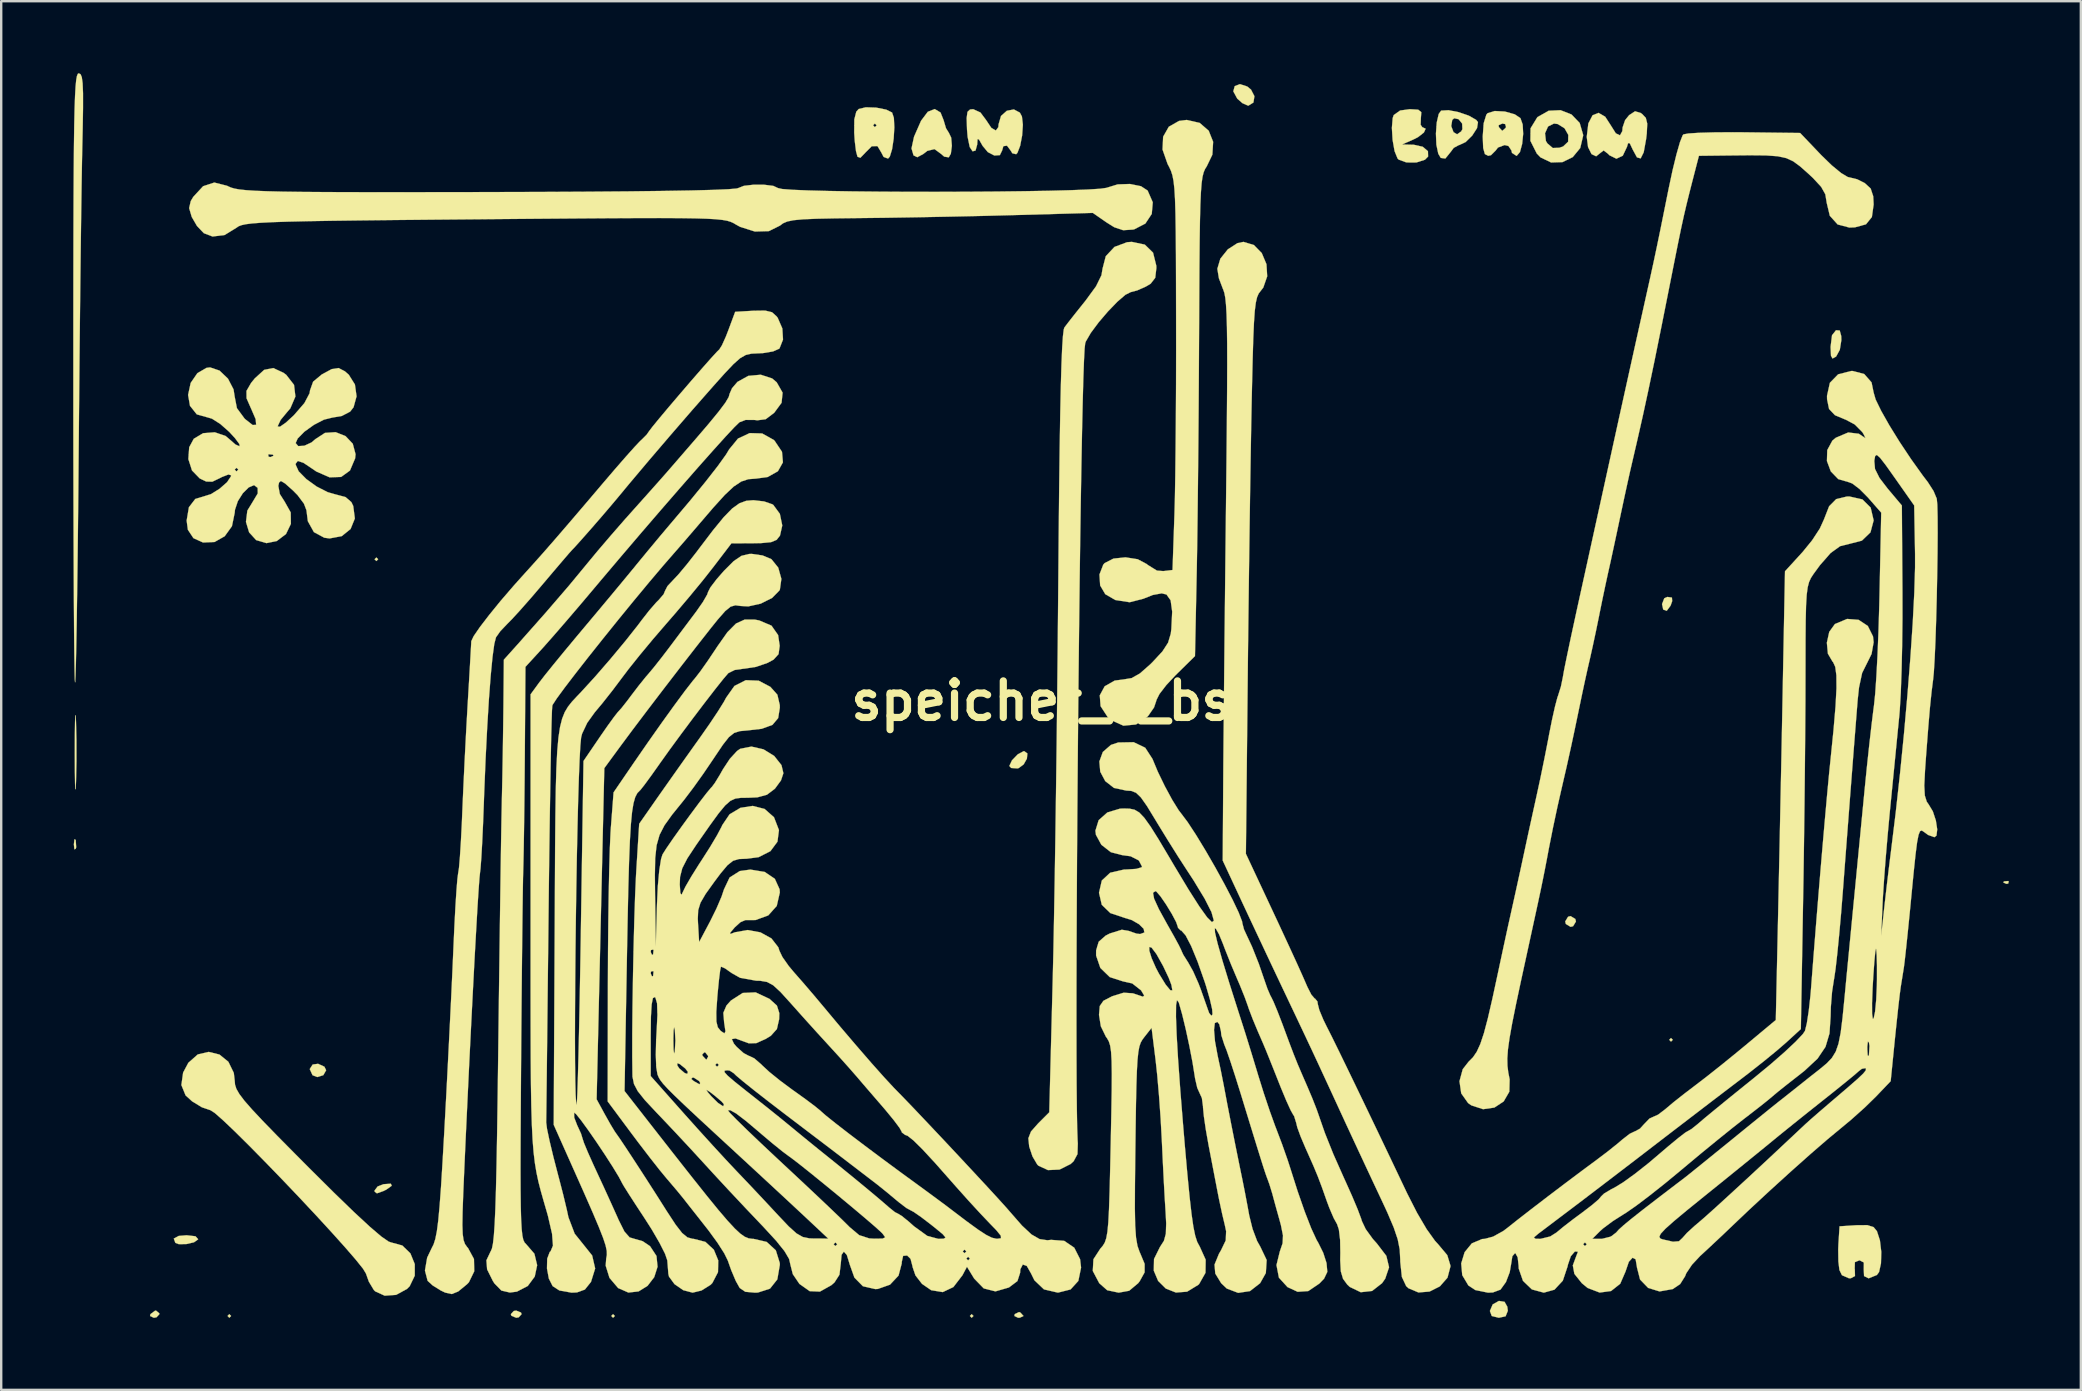
<source format=kicad_pcb>
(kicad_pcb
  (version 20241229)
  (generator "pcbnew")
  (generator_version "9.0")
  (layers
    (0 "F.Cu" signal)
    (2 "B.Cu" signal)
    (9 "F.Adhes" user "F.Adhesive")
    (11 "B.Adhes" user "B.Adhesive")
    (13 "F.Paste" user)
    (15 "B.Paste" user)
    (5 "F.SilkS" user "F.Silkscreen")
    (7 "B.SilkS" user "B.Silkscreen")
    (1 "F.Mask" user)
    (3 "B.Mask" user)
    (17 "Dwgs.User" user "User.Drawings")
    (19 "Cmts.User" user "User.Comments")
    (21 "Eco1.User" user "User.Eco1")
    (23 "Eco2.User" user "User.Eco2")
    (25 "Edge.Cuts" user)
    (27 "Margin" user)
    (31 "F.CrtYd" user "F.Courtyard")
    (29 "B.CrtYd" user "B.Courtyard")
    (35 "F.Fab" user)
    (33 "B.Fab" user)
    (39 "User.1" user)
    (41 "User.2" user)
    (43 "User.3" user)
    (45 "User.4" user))
  (footprint "speicher_c_bs"
    (layer "F.Cu")
    (at 40.346 26.152)
    (property "Reference" "speicher_c_bs" (at 0 0 0) (layer "F.SilkS") (effects (font (size 1.524 1.524) (thickness 0.3))))
    (attr through_hole)
    (fp_poly (pts (xy -33.767 25.624) (xy -33.842 25.699) (xy -33.916 25.624) (xy -33.842 25.549) (xy -33.767 25.624)) (stroke (width 0.01) (type solid)) (fill yes) (layer "F.SilkS"))
    (fp_poly (pts (xy -27.641 -5.902) (xy -27.716 -5.827) (xy -27.791 -5.902) (xy -27.716 -5.976) (xy -27.641 -5.902)) (stroke (width 0.01) (type solid)) (fill yes) (layer "F.SilkS"))
    (fp_poly (pts (xy -17.78 25.624) (xy -17.855 25.699) (xy -17.929 25.624) (xy -17.855 25.549) (xy -17.78 25.624)) (stroke (width 0.01) (type solid)) (fill yes) (layer "F.SilkS"))
    (fp_poly (pts (xy -2.839 25.624) (xy -2.914 25.699) (xy -2.988 25.624) (xy -2.914 25.549) (xy -2.839 25.624)) (stroke (width 0.01) (type solid)) (fill yes) (layer "F.SilkS"))
    (fp_poly (pts (xy 26.296 14.119) (xy 26.222 14.194) (xy 26.147 14.119) (xy 26.222 14.045) (xy 26.296 14.119)) (stroke (width 0.01) (type solid)) (fill yes) (layer "F.SilkS"))
    (fp_poly (pts (xy -40.242 5.79) (xy -40.222 6.096) (xy -40.242 6.163) (xy -40.297 6.182) (xy -40.318 5.976) (xy -40.294 5.764) (xy -40.242 5.79)) (stroke (width 0.01) (type solid)) (fill yes) (layer "F.SilkS"))
    (fp_poly (pts (xy 40.291 7.52) (xy 40.271 7.609) (xy 40.192 7.62) (xy 40.069 7.565) (xy 40.092 7.52) (xy 40.269 7.503) (xy 40.291 7.52)) (stroke (width 0.01) (type solid)) (fill yes) (layer "F.SilkS"))
    (fp_poly (pts (xy -0.886 25.481) (xy -0.754 25.625) (xy -0.905 25.696) (xy -0.98 25.699) (xy -1.134 25.625) (xy -1.119 25.547) (xy -0.94 25.461) (xy -0.886 25.481)) (stroke (width 0.01) (type solid)) (fill yes) (layer "F.SilkS"))
    (fp_poly (pts (xy -36.759 25.514) (xy -36.755 25.549) (xy -36.877 25.681) (xy -36.988 25.699) (xy -37.143 25.626) (xy -37.129 25.549) (xy -36.938 25.406) (xy -36.896 25.4) (xy -36.759 25.514)) (stroke (width 0.01) (type solid)) (fill yes) (layer "F.SilkS"))
    (fp_poly (pts (xy -29.881 15.239) (xy -29.808 15.387) (xy -29.926 15.593) (xy -30.177 15.671) (xy -30.375 15.594) (xy -30.492 15.337) (xy -30.369 15.148) (xy -30.144 15.118) (xy -29.881 15.239)) (stroke (width 0.01) (type solid)) (fill yes) (layer "F.SilkS"))
    (fp_poly (pts (xy -21.69 25.481) (xy -21.665 25.549) (xy -21.786 25.682) (xy -21.889 25.699) (xy -22.088 25.618) (xy -22.113 25.549) (xy -21.992 25.417) (xy -21.889 25.4) (xy -21.69 25.481)) (stroke (width 0.01) (type solid)) (fill yes) (layer "F.SilkS"))
    (fp_poly (pts (xy 22.236 9.084) (xy 22.262 9.189) (xy 22.143 9.387) (xy 22.038 9.413) (xy 21.84 9.293) (xy 21.814 9.189) (xy 21.934 8.991) (xy 22.038 8.965) (xy 22.236 9.084)) (stroke (width 0.01) (type solid)) (fill yes) (layer "F.SilkS"))
    (fp_poly (pts (xy 26.261 -4.305) (xy 26.271 -4.157) (xy 26.206 -3.972) (xy 26.045 -3.754) (xy 25.897 -3.807) (xy 25.848 -4.034) (xy 25.942 -4.277) (xy 26.072 -4.333) (xy 26.261 -4.305)) (stroke (width 0.01) (type solid)) (fill yes) (layer "F.SilkS"))
    (fp_poly (pts (xy -27.075 20.199) (xy -27.303 20.361) (xy -27.418 20.418) (xy -27.693 20.516) (xy -27.787 20.446) (xy -27.791 20.398) (xy -27.663 20.229) (xy -27.417 20.134) (xy -27.113 20.113) (xy -27.075 20.199)) (stroke (width 0.01) (type solid)) (fill yes) (layer "F.SilkS"))
    (fp_poly (pts (xy 19.288 25.035) (xy 19.402 25.238) (xy 19.424 25.409) (xy 19.331 25.638) (xy 19.05 25.699) (xy 18.754 25.626) (xy 18.676 25.416) (xy 18.793 25.143) (xy 19.053 24.997) (xy 19.288 25.035)) (stroke (width 0.01) (type solid)) (fill yes) (layer "F.SilkS"))
    (fp_poly (pts (xy -35.251 22.304) (xy -35.142 22.424) (xy -35.145 22.436) (xy -35.314 22.555) (xy -35.631 22.628) (xy -35.946 22.633) (xy -36.09 22.579) (xy -36.156 22.4) (xy -35.951 22.29) (xy -35.622 22.262) (xy -35.251 22.304)) (stroke (width 0.01) (type solid)) (fill yes) (layer "F.SilkS"))
    (fp_poly (pts (xy -0.593 2.188) (xy -0.613 2.407) (xy -0.748 2.645) (xy -0.956 2.799) (xy -1.009 2.812) (xy -1.269 2.794) (xy -1.345 2.71) (xy -1.235 2.475) (xy -0.994 2.226) (xy -0.749 2.094) (xy -0.726 2.092) (xy -0.593 2.188)) (stroke (width 0.01) (type solid)) (fill yes) (layer "F.SilkS"))
    (fp_poly (pts (xy 8.565 -25.599) (xy 8.724 -25.47) (xy 8.866 -25.194) (xy 8.825 -24.931) (xy 8.62 -24.803) (xy 8.598 -24.802) (xy 8.366 -24.904) (xy 8.151 -25.092) (xy 7.986 -25.397) (xy 8.046 -25.614) (xy 8.263 -25.697) (xy 8.565 -25.599)) (stroke (width 0.01) (type solid)) (fill yes) (layer "F.SilkS"))
    (fp_poly (pts (xy 33.251 -15.433) (xy 33.314 -15.203) (xy 33.319 -15.029) (xy 33.255 -14.629) (xy 33.102 -14.35) (xy 33.095 -14.344) (xy 32.952 -14.265) (xy 32.887 -14.379) (xy 32.871 -14.738) (xy 32.871 -14.757) (xy 32.93 -15.235) (xy 33.095 -15.443) (xy 33.251 -15.433)) (stroke (width 0.01) (type solid)) (fill yes) (layer "F.SilkS"))
    (fp_poly (pts (xy -40.231 0.836) (xy -40.23 0.852) (xy -40.212 1.628) (xy -40.211 2.519) (xy -40.228 3.341) (xy -40.23 3.392) (xy -40.245 3.675) (xy -40.259 3.678) (xy -40.27 3.423) (xy -40.277 2.929) (xy -40.28 2.215) (xy -40.28 2.166) (xy -40.278 1.434) (xy -40.271 0.913) (xy -40.26 0.625) (xy -40.246 0.592) (xy -40.231 0.836)) (stroke (width 0.01) (type solid)) (fill yes) (layer "F.SilkS"))
    (fp_poly (pts (xy -4.211 -24.515) (xy -4.086 -24.202) (xy -3.983 -23.858) (xy -3.865 -23.67) (xy -3.767 -23.467) (xy -3.739 -23.126) (xy -3.781 -22.799) (xy -3.868 -22.646) (xy -4.058 -22.676) (xy -4.185 -22.787) (xy -4.462 -22.99) (xy -4.764 -22.916) (xy -4.928 -22.787) (xy -5.179 -22.652) (xy -5.336 -22.728) (xy -5.421 -23.018) (xy -5.315 -23.507) (xy -5.024 -24.168) (xy -5.02 -24.176) (xy -4.741 -24.546) (xy -4.452 -24.659) (xy -4.211 -24.515)) (stroke (width 0.01) (type solid)) (fill yes) (layer "F.SilkS"))
    (fp_poly (pts (xy 15.69 -24.632) (xy 15.819 -24.529) (xy 15.801 -24.281) (xy 15.801 -24.279) (xy 15.791 -24.002) (xy 15.858 -23.906) (xy 16 -23.839) (xy 15.927 -23.68) (xy 15.682 -23.488) (xy 15.501 -23.396) (xy 15.016 -23.183) (xy 15.506 -23.171) (xy 15.881 -23.087) (xy 16.096 -22.902) (xy 16.102 -22.68) (xy 15.971 -22.548) (xy 15.612 -22.432) (xy 15.199 -22.435) (xy 14.879 -22.551) (xy 14.83 -22.599) (xy 14.706 -22.902) (xy 14.623 -23.37) (xy 14.593 -23.874) (xy 14.627 -24.283) (xy 14.67 -24.409) (xy 14.937 -24.598) (xy 15.34 -24.653) (xy 15.69 -24.632)) (stroke (width 0.01) (type solid)) (fill yes) (layer "F.SilkS"))
    (fp_poly (pts (xy 34.661 21.921) (xy 34.802 22.092) (xy 34.926 22.475) (xy 34.983 22.957) (xy 34.97 23.432) (xy 34.89 23.793) (xy 34.8 23.917) (xy 34.455 24.057) (xy 34.265 23.962) (xy 34.252 23.682) (xy 34.255 23.396) (xy 34.086 23.309) (xy 34.066 23.308) (xy 33.883 23.383) (xy 33.875 23.653) (xy 33.88 23.682) (xy 33.887 23.961) (xy 33.716 24.052) (xy 33.638 24.055) (xy 33.343 23.926) (xy 33.238 23.709) (xy 33.195 23.353) (xy 33.188 22.855) (xy 33.197 22.626) (xy 33.244 21.889) (xy 33.944 21.844) (xy 34.403 21.84) (xy 34.661 21.921)) (stroke (width 0.01) (type solid)) (fill yes) (layer "F.SilkS"))
    (fp_poly (pts (xy -6.893 -24.718) (xy -6.475 -24.635) (xy -6.23 -24.514) (xy -6.155 -24.291) (xy -6.136 -23.893) (xy -6.164 -23.424) (xy -6.23 -22.984) (xy -6.325 -22.676) (xy -6.397 -22.595) (xy -6.583 -22.664) (xy -6.676 -22.844) (xy -6.837 -23.113) (xy -7.076 -23.111) (xy -7.348 -22.839) (xy -7.352 -22.833) (xy -7.551 -22.628) (xy -7.67 -22.671) (xy -7.733 -22.903) (xy -7.785 -23.326) (xy -7.808 -23.675) (xy -7.805 -23.981) (xy -7.022 -23.981) (xy -6.948 -23.906) (xy -6.873 -23.981) (xy -6.948 -24.055) (xy -7.022 -23.981) (xy -7.805 -23.981) (xy -7.803 -24.229) (xy -7.721 -24.549) (xy -7.62 -24.661) (xy -7.324 -24.732) (xy -6.893 -24.718)) (stroke (width 0.01) (type solid)) (fill yes) (layer "F.SilkS"))
    (fp_poly (pts (xy 22.079 -24.431) (xy 22.418 -24.078) (xy 22.561 -23.585) (xy 22.561 -23.548) (xy 22.44 -23.034) (xy 22.128 -22.657) (xy 21.699 -22.448) (xy 21.227 -22.433) (xy 20.788 -22.643) (xy 20.63 -22.805) (xy 20.364 -23.334) (xy 20.368 -23.648) (xy 20.973 -23.648) (xy 21.01 -23.328) (xy 21.073 -23.226) (xy 21.297 -23.036) (xy 21.57 -23.046) (xy 21.727 -23.1) (xy 21.936 -23.298) (xy 21.943 -23.582) (xy 21.786 -23.858) (xy 21.502 -24.034) (xy 21.346 -24.055) (xy 21.099 -23.932) (xy 20.973 -23.648) (xy 20.368 -23.648) (xy 20.371 -23.857) (xy 20.65 -24.313) (xy 20.666 -24.328) (xy 21.125 -24.588) (xy 21.622 -24.611) (xy 22.079 -24.431)) (stroke (width 0.01) (type solid)) (fill yes) (layer "F.SilkS"))
    (fp_poly (pts (xy 17.376 -24.529) (xy 17.799 -24.383) (xy 18.105 -24.208) (xy 18.18 -24.115) (xy 18.141 -23.865) (xy 17.94 -23.553) (xy 17.664 -23.283) (xy 17.4 -23.159) (xy 17.386 -23.159) (xy 17.169 -23.041) (xy 17.033 -22.86) (xy 16.82 -22.597) (xy 16.629 -22.623) (xy 16.526 -22.798) (xy 16.447 -23.17) (xy 16.428 -23.638) (xy 16.451 -23.947) (xy 17.065 -23.947) (xy 17.161 -23.696) (xy 17.311 -23.607) (xy 17.48 -23.726) (xy 17.531 -23.82) (xy 17.52 -24.054) (xy 17.374 -24.235) (xy 17.191 -24.275) (xy 17.108 -24.205) (xy 17.065 -23.947) (xy 16.451 -23.947) (xy 16.462 -24.1) (xy 16.544 -24.454) (xy 16.644 -24.593) (xy 16.952 -24.611) (xy 17.376 -24.529)) (stroke (width 0.01) (type solid)) (fill yes) (layer "F.SilkS"))
    (fp_poly (pts (xy 19.302 -24.555) (xy 19.712 -24.439) (xy 19.949 -24.28) (xy 20.042 -24.017) (xy 20.063 -23.624) (xy 20.021 -23.207) (xy 19.929 -22.868) (xy 19.797 -22.712) (xy 19.782 -22.711) (xy 19.597 -22.831) (xy 19.573 -22.935) (xy 19.449 -23.12) (xy 19.29 -23.159) (xy 19.012 -23.055) (xy 18.921 -22.935) (xy 18.722 -22.736) (xy 18.606 -22.711) (xy 18.468 -22.782) (xy 18.397 -23.033) (xy 18.378 -23.514) (xy 18.412 -23.985) (xy 19.038 -23.985) (xy 19.05 -23.906) (xy 19.178 -23.764) (xy 19.199 -23.756) (xy 19.318 -23.861) (xy 19.349 -23.906) (xy 19.313 -24.032) (xy 19.199 -24.055) (xy 19.038 -23.985) (xy 18.412 -23.985) (xy 18.418 -24.069) (xy 18.528 -24.423) (xy 18.58 -24.486) (xy 18.878 -24.577) (xy 19.302 -24.555)) (stroke (width 0.01) (type solid)) (fill yes) (layer "F.SilkS"))
    (fp_poly (pts (xy 24.952 -24.499) (xy 25.02 -24.452) (xy 25.172 -24.292) (xy 25.232 -24.052) (xy 25.213 -23.643) (xy 25.185 -23.407) (xy 25.085 -22.857) (xy 24.958 -22.603) (xy 24.804 -22.645) (xy 24.626 -22.972) (xy 24.503 -23.235) (xy 24.433 -23.238) (xy 24.388 -23.084) (xy 24.212 -22.713) (xy 23.947 -22.59) (xy 23.652 -22.736) (xy 23.601 -22.792) (xy 23.416 -22.934) (xy 23.299 -22.845) (xy 23.104 -22.69) (xy 22.911 -22.782) (xy 22.766 -23.074) (xy 22.711 -23.498) (xy 22.778 -24.06) (xy 22.955 -24.4) (xy 23.202 -24.5) (xy 23.48 -24.34) (xy 23.709 -23.987) (xy 23.922 -23.648) (xy 24.096 -23.564) (xy 24.194 -23.741) (xy 24.205 -23.892) (xy 24.309 -24.196) (xy 24.477 -24.404) (xy 24.724 -24.566) (xy 24.952 -24.499)) (stroke (width 0.01) (type solid)) (fill yes) (layer "F.SilkS"))
    (fp_poly (pts (xy -2.549 -24.516) (xy -2.316 -24.205) (xy -2.092 -23.871) (xy -1.906 -23.766) (xy -1.802 -23.907) (xy -1.793 -24.025) (xy -1.692 -24.371) (xy -1.449 -24.587) (xy -1.156 -24.643) (xy -0.905 -24.509) (xy -0.82 -24.348) (xy -0.781 -24.006) (xy -0.811 -23.56) (xy -0.893 -23.13) (xy -1.008 -22.832) (xy -1.06 -22.777) (xy -1.22 -22.816) (xy -1.287 -22.925) (xy -1.442 -23.133) (xy -1.594 -23.112) (xy -1.644 -22.935) (xy -1.74 -22.739) (xy -1.969 -22.723) (xy -2.241 -22.865) (xy -2.455 -23.121) (xy -2.609 -23.39) (xy -2.67 -23.407) (xy -2.683 -23.185) (xy -2.683 -23.184) (xy -2.753 -22.929) (xy -2.876 -22.897) (xy -2.996 -23.079) (xy -3.082 -23.497) (xy -3.108 -23.806) (xy -3.123 -24.287) (xy -3.088 -24.542) (xy -2.982 -24.64) (xy -2.85 -24.653) (xy -2.549 -24.516)) (stroke (width 0.01) (type solid)) (fill yes) (layer "F.SilkS"))
    (fp_poly (pts (xy -40.042 -26.113) (xy -39.988 -25.988) (xy -39.954 -25.735) (xy -39.937 -25.317) (xy -39.937 -24.697) (xy -39.951 -23.84) (xy -39.967 -23.121) (xy -39.981 -22.423) (xy -39.997 -21.463) (xy -40.014 -20.276) (xy -40.032 -18.9) (xy -40.05 -17.372) (xy -40.068 -15.727) (xy -40.086 -14.003) (xy -40.102 -12.235) (xy -40.118 -10.469) (xy -40.132 -8.801) (xy -40.148 -7.222) (xy -40.165 -5.758) (xy -40.183 -4.434) (xy -40.2 -3.274) (xy -40.218 -2.305) (xy -40.234 -1.551) (xy -40.25 -1.037) (xy -40.264 -0.789) (xy -40.269 -0.77) (xy -40.28 -0.905) (xy -40.29 -1.317) (xy -40.3 -1.984) (xy -40.309 -2.886) (xy -40.317 -4.001) (xy -40.324 -5.307) (xy -40.33 -6.783) (xy -40.335 -8.407) (xy -40.339 -10.158) (xy -40.341 -12.014) (xy -40.341 -13.422) (xy -40.341 -15.687) (xy -40.339 -17.67) (xy -40.336 -19.391) (xy -40.331 -20.868) (xy -40.324 -22.118) (xy -40.315 -23.159) (xy -40.303 -24.009) (xy -40.288 -24.688) (xy -40.269 -25.212) (xy -40.247 -25.599) (xy -40.221 -25.868) (xy -40.19 -26.037) (xy -40.155 -26.124) (xy -40.118 -26.147) (xy -40.042 -26.113)) (stroke (width 0.01) (type solid)) (fill yes) (layer "F.SilkS"))
    (fp_poly (pts (xy -34.253 14.733) (xy -33.882 15.033) (xy -33.655 15.498) (xy -33.618 15.821) (xy -33.604 15.986) (xy -33.548 16.162) (xy -33.426 16.375) (xy -33.218 16.651) (xy -32.899 17.016) (xy -32.448 17.497) (xy -31.842 18.121) (xy -31.059 18.913) (xy -30.522 19.453) (xy -29.485 20.484) (xy -28.642 21.3) (xy -27.986 21.908) (xy -27.51 22.314) (xy -27.206 22.525) (xy -27.102 22.561) (xy -26.636 22.688) (xy -26.298 23.016) (xy -26.116 23.462) (xy -26.116 23.946) (xy -26.328 24.385) (xy -26.439 24.498) (xy -26.892 24.745) (xy -27.369 24.779) (xy -27.766 24.598) (xy -27.822 24.541) (xy -28.029 24.196) (xy -28.151 23.854) (xy -28.274 23.652) (xy -28.576 23.276) (xy -29.023 22.759) (xy -29.585 22.133) (xy -30.23 21.431) (xy -30.927 20.687) (xy -31.645 19.933) (xy -32.352 19.203) (xy -33.016 18.528) (xy -33.607 17.943) (xy -34.094 17.48) (xy -34.443 17.172) (xy -34.626 17.052) (xy -34.628 17.052) (xy -34.986 16.93) (xy -35.392 16.682) (xy -35.664 16.435) (xy -35.84 16.003) (xy -35.767 15.485) (xy -35.55 15.076) (xy -35.156 14.728) (xy -34.7 14.622) (xy -34.253 14.733)) (stroke (width 0.01) (type solid)) (fill yes) (layer "F.SilkS"))
    (fp_poly (pts (xy 4.3 -19.011) (xy 4.643 -18.676) (xy 4.779 -18.128) (xy 4.781 -18.034) (xy 4.734 -17.629) (xy 4.544 -17.383) (xy 4.34 -17.261) (xy 3.981 -17.102) (xy 3.72 -17.033) (xy 3.714 -17.033) (xy 3.491 -16.921) (xy 3.155 -16.631) (xy 2.764 -16.226) (xy 2.376 -15.772) (xy 2.05 -15.334) (xy 1.844 -14.979) (xy 1.817 -14.907) (xy 1.791 -14.678) (xy 1.765 -14.175) (xy 1.738 -13.421) (xy 1.712 -12.439) (xy 1.685 -11.253) (xy 1.659 -9.888) (xy 1.633 -8.366) (xy 1.608 -6.713) (xy 1.584 -4.951) (xy 1.562 -3.104) (xy 1.541 -1.197) (xy 1.521 0.747) (xy 1.504 2.705) (xy 1.488 4.651) (xy 1.475 6.564) (xy 1.465 8.418) (xy 1.457 10.189) (xy 1.452 11.855) (xy 1.451 13.392) (xy 1.453 14.775) (xy 1.458 15.98) (xy 1.468 16.985) (xy 1.481 17.764) (xy 1.499 18.295) (xy 1.508 18.435) (xy 1.494 18.881) (xy 1.334 19.178) (xy 1.208 19.294) (xy 0.749 19.524) (xy 0.265 19.547) (xy -0.134 19.363) (xy -0.184 19.311) (xy -0.38 18.978) (xy -0.518 18.565) (xy -0.552 18.219) (xy -0.442 17.939) (xy -0.151 17.609) (xy 0.319 17.139) (xy 0.463 11.595) (xy 0.49 10.463) (xy 0.517 9.075) (xy 0.545 7.475) (xy 0.573 5.706) (xy 0.6 3.81) (xy 0.626 1.832) (xy 0.649 -0.187) (xy 0.67 -2.201) (xy 0.688 -4.169) (xy 0.692 -4.632) (xy 0.711 -6.872) (xy 0.731 -8.826) (xy 0.752 -10.505) (xy 0.775 -11.92) (xy 0.8 -13.085) (xy 0.827 -14.011) (xy 0.856 -14.71) (xy 0.888 -15.194) (xy 0.922 -15.474) (xy 0.948 -15.556) (xy 1.124 -15.787) (xy 1.426 -16.171) (xy 1.792 -16.629) (xy 1.83 -16.676) (xy 2.267 -17.274) (xy 2.493 -17.734) (xy 2.54 -18.015) (xy 2.674 -18.53) (xy 3.036 -18.915) (xy 3.561 -19.111) (xy 3.759 -19.125) (xy 4.3 -19.011)) (stroke (width 0.01) (type solid)) (fill yes) (layer "F.SilkS"))
    (fp_poly (pts (xy 6.585 -24.082) (xy 6.961 -23.757) (xy 7.146 -23.294) (xy 7.114 -22.758) (xy 6.88 -22.272) (xy 6.81 -22.161) (xy 6.752 -22.026) (xy 6.704 -21.838) (xy 6.666 -21.569) (xy 6.637 -21.193) (xy 6.614 -20.681) (xy 6.597 -20.006) (xy 6.584 -19.14) (xy 6.574 -18.055) (xy 6.567 -16.724) (xy 6.56 -15.301) (xy 6.552 -13.764) (xy 6.542 -12.18) (xy 6.529 -10.604) (xy 6.514 -9.093) (xy 6.498 -7.701) (xy 6.482 -6.485) (xy 6.465 -5.498) (xy 6.461 -5.304) (xy 6.39 -1.868) (xy 5.586 -1.077) (xy 5.196 -0.66) (xy 4.91 -0.289) (xy 4.783 -0.036) (xy 4.781 -0.015) (xy 4.684 0.272) (xy 4.448 0.613) (xy 4.415 0.651) (xy 3.935 0.981) (xy 3.409 1.032) (xy 2.899 0.803) (xy 2.757 0.679) (xy 2.457 0.219) (xy 2.423 -0.232) (xy 2.627 -0.609) (xy 3.044 -0.847) (xy 3.418 -0.896) (xy 3.751 -0.951) (xy 4.095 -1.145) (xy 4.526 -1.524) (xy 4.621 -1.618) (xy 5.034 -2.064) (xy 5.268 -2.425) (xy 5.38 -2.798) (xy 5.405 -2.994) (xy 5.44 -3.72) (xy 5.375 -4.191) (xy 5.203 -4.433) (xy 5.005 -4.482) (xy 4.628 -4.413) (xy 4.238 -4.257) (xy 3.668 -4.111) (xy 3.071 -4.204) (xy 2.652 -4.447) (xy 2.439 -4.81) (xy 2.41 -5.268) (xy 2.568 -5.676) (xy 2.625 -5.742) (xy 2.993 -5.93) (xy 3.496 -5.982) (xy 4.003 -5.903) (xy 4.387 -5.699) (xy 4.414 -5.671) (xy 4.806 -5.429) (xy 5.072 -5.409) (xy 5.454 -5.454) (xy 5.534 -7.769) (xy 5.553 -8.462) (xy 5.569 -9.402) (xy 5.582 -10.537) (xy 5.593 -11.818) (xy 5.601 -13.191) (xy 5.604 -14.606) (xy 5.603 -15.912) (xy 5.6 -17.385) (xy 5.596 -18.589) (xy 5.588 -19.556) (xy 5.576 -20.316) (xy 5.558 -20.9) (xy 5.532 -21.338) (xy 5.496 -21.661) (xy 5.449 -21.9) (xy 5.389 -22.085) (xy 5.314 -22.247) (xy 5.249 -22.368) (xy 5.038 -22.971) (xy 5.063 -23.506) (xy 5.299 -23.922) (xy 5.725 -24.164) (xy 6.046 -24.205) (xy 6.585 -24.082)) (stroke (width 0.01) (type solid)) (fill yes) (layer "F.SilkS"))
    (fp_poly (pts (xy -11.765 -3.353) (xy -11.254 -3.136) (xy -10.978 -2.744) (xy -10.912 -2.296) (xy -10.96 -1.949) (xy -11.168 -1.72) (xy -11.415 -1.586) (xy -11.898 -1.419) (xy -12.374 -1.345) (xy -12.397 -1.345) (xy -12.788 -1.289) (xy -13.052 -1.158) (xy -13.263 -0.912) (xy -13.607 -0.479) (xy -14.044 0.086) (xy -14.531 0.728) (xy -15.026 1.391) (xy -15.489 2.022) (xy -15.877 2.564) (xy -15.912 2.615) (xy -16.255 3.099) (xy -16.537 3.484) (xy -16.712 3.707) (xy -16.74 3.735) (xy -16.844 3.842) (xy -16.931 4.008) (xy -17.003 4.262) (xy -17.063 4.629) (xy -17.112 5.139) (xy -17.153 5.817) (xy -17.188 6.692) (xy -17.219 7.79) (xy -17.248 9.139) (xy -17.271 10.342) (xy -17.376 16.253) (xy -16.271 17.668) (xy -15.345 18.852) (xy -14.583 19.82) (xy -13.965 20.596) (xy -13.473 21.2) (xy -13.086 21.653) (xy -12.786 21.977) (xy -12.554 22.193) (xy -12.37 22.323) (xy -12.215 22.388) (xy -12.069 22.41) (xy -12.005 22.412) (xy -11.454 22.539) (xy -11.073 22.89) (xy -10.91 23.415) (xy -10.907 23.499) (xy -11.011 24.101) (xy -11.317 24.486) (xy -11.818 24.648) (xy -11.944 24.653) (xy -12.345 24.617) (xy -12.578 24.458) (xy -12.741 24.167) (xy -12.931 23.718) (xy -13.075 23.313) (xy -13.077 23.308) (xy -13.22 23.017) (xy -13.5 22.579) (xy -13.863 22.08) (xy -13.953 21.964) (xy -14.34 21.473) (xy -14.68 21.041) (xy -14.91 20.748) (xy -14.941 20.708) (xy -15.177 20.42) (xy -15.504 20.034) (xy -15.631 19.886) (xy -15.918 19.538) (xy -16.32 19.027) (xy -16.776 18.432) (xy -17.088 18.017) (xy -18.079 16.685) (xy -18.07 11.741) (xy -18.065 10.473) (xy -18.053 9.23) (xy -18.036 8.061) (xy -18.014 7.018) (xy -17.989 6.15) (xy -17.961 5.508) (xy -17.948 5.304) (xy -17.833 3.81) (xy -17.016 2.615) (xy -16.412 1.741) (xy -15.827 0.911) (xy -15.294 0.171) (xy -14.848 -0.432) (xy -14.522 -0.85) (xy -14.436 -0.951) (xy -14.22 -1.23) (xy -13.907 -1.673) (xy -13.56 -2.191) (xy -13.512 -2.265) (xy -13.091 -2.863) (xy -12.731 -3.225) (xy -12.373 -3.388) (xy -11.956 -3.389) (xy -11.765 -3.353)) (stroke (width 0.01) (type solid)) (fill yes) (layer "F.SilkS"))
    (fp_poly (pts (xy -11.642 -11.143) (xy -11.16 -10.874) (xy -11.124 -10.839) (xy -10.816 -10.379) (xy -10.778 -9.938) (xy -10.986 -9.57) (xy -11.412 -9.329) (xy -11.89 -9.263) (xy -12.218 -9.238) (xy -12.514 -9.141) (xy -12.825 -8.934) (xy -13.198 -8.584) (xy -13.678 -8.055) (xy -14.046 -7.626) (xy -14.486 -7.112) (xy -14.905 -6.625) (xy -15.226 -6.257) (xy -15.27 -6.207) (xy -15.771 -5.631) (xy -16.351 -4.946) (xy -16.981 -4.187) (xy -17.632 -3.39) (xy -18.275 -2.592) (xy -18.882 -1.829) (xy -19.423 -1.137) (xy -19.871 -0.552) (xy -20.195 -0.11) (xy -20.367 0.153) (xy -20.386 0.199) (xy -20.4 0.405) (xy -20.416 0.882) (xy -20.434 1.602) (xy -20.453 2.537) (xy -20.472 3.658) (xy -20.492 4.939) (xy -20.512 6.35) (xy -20.531 7.864) (xy -20.543 8.965) (xy -20.56 10.527) (xy -20.577 12.002) (xy -20.592 13.36) (xy -20.605 14.575) (xy -20.617 15.62) (xy -20.627 16.467) (xy -20.634 17.09) (xy -20.639 17.461) (xy -20.641 17.556) (xy -20.607 17.823) (xy -20.502 18.322) (xy -20.34 18.999) (xy -20.133 19.798) (xy -20.093 19.946) (xy -19.933 20.566) (xy -19.783 21.191) (xy -19.713 21.515) (xy -19.454 22.196) (xy -19.147 22.577) (xy -18.725 23.105) (xy -18.6 23.647) (xy -18.772 24.199) (xy -18.779 24.211) (xy -19.029 24.524) (xy -19.357 24.643) (xy -19.582 24.653) (xy -20.09 24.563) (xy -20.372 24.38) (xy -20.53 24.067) (xy -20.608 23.646) (xy -20.598 23.236) (xy -20.493 22.958) (xy -20.455 22.926) (xy -20.358 22.692) (xy -20.396 22.199) (xy -20.568 21.454) (xy -20.614 21.291) (xy -20.749 20.826) (xy -20.865 20.416) (xy -20.963 20.036) (xy -21.044 19.658) (xy -21.111 19.256) (xy -21.165 18.805) (xy -21.207 18.278) (xy -21.238 17.65) (xy -21.261 16.893) (xy -21.276 15.981) (xy -21.285 14.89) (xy -21.289 13.591) (xy -21.291 12.059) (xy -21.291 10.269) (xy -21.291 9.238) (xy -21.291 -0.274) (xy -20.927 -0.772) (xy -20.7 -1.066) (xy -20.325 -1.531) (xy -19.849 -2.111) (xy -19.318 -2.749) (xy -19.135 -2.967) (xy -18.542 -3.674) (xy -17.935 -4.4) (xy -17.381 -5.068) (xy -16.943 -5.599) (xy -16.884 -5.673) (xy -16.406 -6.253) (xy -15.905 -6.855) (xy -15.48 -7.358) (xy -15.434 -7.412) (xy -14.658 -8.329) (xy -14.004 -9.129) (xy -13.492 -9.785) (xy -13.146 -10.267) (xy -13.018 -10.48) (xy -12.648 -10.932) (xy -12.164 -11.158) (xy -11.642 -11.143)) (stroke (width 0.01) (type solid)) (fill yes) (layer "F.SilkS"))
    (fp_poly (pts (xy 8.844 -18.994) (xy 9.173 -18.657) (xy 9.368 -18.194) (xy 9.398 -17.689) (xy 9.236 -17.222) (xy 9.128 -17.083) (xy 9.044 -16.973) (xy 8.977 -16.82) (xy 8.924 -16.591) (xy 8.881 -16.25) (xy 8.847 -15.762) (xy 8.818 -15.093) (xy 8.792 -14.209) (xy 8.765 -13.075) (xy 8.753 -12.535) (xy 8.732 -11.473) (xy 8.71 -10.168) (xy 8.686 -8.675) (xy 8.662 -7.05) (xy 8.639 -5.347) (xy 8.617 -3.623) (xy 8.597 -1.933) (xy 8.587 -0.961) (xy 8.511 6.369) (xy 9.276 8.003) (xy 9.84 9.208) (xy 10.287 10.172) (xy 10.633 10.924) (xy 10.889 11.493) (xy 11.069 11.906) (xy 11.073 11.916) (xy 11.238 12.238) (xy 11.376 12.398) (xy 11.392 12.401) (xy 11.492 12.523) (xy 11.505 12.625) (xy 11.57 12.879) (xy 11.738 13.283) (xy 11.873 13.559) (xy 12.087 13.982) (xy 12.413 14.646) (xy 12.838 15.521) (xy 13.347 16.576) (xy 13.926 17.782) (xy 14.559 19.108) (xy 15.233 20.525) (xy 15.644 21.331) (xy 16.042 22.009) (xy 16.391 22.496) (xy 16.519 22.635) (xy 16.901 23.091) (xy 17.032 23.523) (xy 17.033 23.561) (xy 16.91 24.029) (xy 16.593 24.39) (xy 16.163 24.607) (xy 15.7 24.645) (xy 15.283 24.469) (xy 15.188 24.38) (xy 15.009 23.999) (xy 14.942 23.365) (xy 14.941 23.276) (xy 14.919 22.852) (xy 14.836 22.431) (xy 14.67 21.939) (xy 14.399 21.302) (xy 14.176 20.822) (xy 13.775 19.97) (xy 13.418 19.206) (xy 13.065 18.449) (xy 12.678 17.615) (xy 12.22 16.621) (xy 12.031 16.211) (xy 11.759 15.623) (xy 11.509 15.083) (xy 11.253 14.534) (xy 10.963 13.918) (xy 10.612 13.176) (xy 10.173 12.25) (xy 9.926 11.729) (xy 9.511 10.851) (xy 9.05 9.871) (xy 8.605 8.924) (xy 8.31 8.292) (xy 7.545 6.649) (xy 7.566 3.436) (xy 7.571 2.661) (xy 7.58 1.629) (xy 7.592 0.381) (xy 7.606 -1.04) (xy 7.621 -2.592) (xy 7.639 -4.235) (xy 7.657 -5.926) (xy 7.676 -7.623) (xy 7.683 -8.252) (xy 7.703 -10.082) (xy 7.718 -11.638) (xy 7.728 -12.941) (xy 7.732 -14.016) (xy 7.73 -14.887) (xy 7.721 -15.577) (xy 7.705 -16.11) (xy 7.682 -16.508) (xy 7.652 -16.797) (xy 7.614 -16.998) (xy 7.567 -17.137) (xy 7.551 -17.172) (xy 7.386 -17.609) (xy 7.321 -18.003) (xy 7.446 -18.423) (xy 7.757 -18.813) (xy 8.158 -19.072) (xy 8.409 -19.125) (xy 8.844 -18.994)) (stroke (width 0.01) (type solid)) (fill yes) (layer "F.SilkS"))
    (fp_poly (pts (xy -11.227 -13.435) (xy -11.037 -13.275) (xy -10.791 -12.843) (xy -10.834 -12.421) (xy -11.141 -12.004) (xy -11.495 -11.736) (xy -11.852 -11.69) (xy -11.944 -11.705) (xy -12.33 -11.708) (xy -12.59 -11.609) (xy -12.797 -11.408) (xy -13.172 -11.007) (xy -13.689 -10.434) (xy -14.323 -9.72) (xy -15.049 -8.891) (xy -15.843 -7.977) (xy -16.678 -7.007) (xy -17.529 -6.01) (xy -18.373 -5.013) (xy -18.622 -4.717) (xy -19.206 -4.025) (xy -19.785 -3.348) (xy -20.304 -2.749) (xy -20.707 -2.292) (xy -20.82 -2.166) (xy -21.505 -1.419) (xy -21.531 2.241) (xy -21.54 3.333) (xy -21.551 4.393) (xy -21.564 5.362) (xy -21.577 6.182) (xy -21.59 6.795) (xy -21.596 7.022) (xy -21.606 7.4) (xy -21.616 8.041) (xy -21.628 8.911) (xy -21.64 9.973) (xy -21.653 11.194) (xy -21.666 12.536) (xy -21.678 13.966) (xy -21.688 15.289) (xy -21.699 16.942) (xy -21.707 18.321) (xy -21.71 19.453) (xy -21.707 20.361) (xy -21.699 21.073) (xy -21.684 21.612) (xy -21.662 22.005) (xy -21.632 22.277) (xy -21.593 22.454) (xy -21.544 22.56) (xy -21.485 22.622) (xy -21.484 22.623) (xy -21.131 23.032) (xy -21.017 23.51) (xy -21.117 23.982) (xy -21.406 24.373) (xy -21.86 24.61) (xy -22.152 24.648) (xy -22.507 24.566) (xy -22.799 24.266) (xy -22.862 24.167) (xy -23.102 23.684) (xy -23.131 23.306) (xy -22.957 22.937) (xy -22.947 22.923) (xy -22.899 22.809) (xy -22.857 22.599) (xy -22.82 22.272) (xy -22.788 21.804) (xy -22.759 21.174) (xy -22.733 20.361) (xy -22.709 19.341) (xy -22.686 18.093) (xy -22.664 16.595) (xy -22.641 14.825) (xy -22.636 14.41) (xy -22.616 12.795) (xy -22.595 11.209) (xy -22.575 9.689) (xy -22.555 8.271) (xy -22.537 6.992) (xy -22.52 5.888) (xy -22.505 4.996) (xy -22.492 4.353) (xy -22.489 4.184) (xy -22.467 3.189) (xy -22.447 2.067) (xy -22.431 0.969) (xy -22.422 0.224) (xy -22.404 -1.718) (xy -21.847 -2.338) (xy -20.682 -3.653) (xy -19.69 -4.805) (xy -18.917 -5.741) (xy -18.496 -6.25) (xy -17.956 -6.882) (xy -17.382 -7.541) (xy -17.049 -7.914) (xy -16.548 -8.474) (xy -16.08 -8.999) (xy -15.706 -9.421) (xy -15.521 -9.633) (xy -15.209 -9.993) (xy -14.802 -10.464) (xy -14.475 -10.841) (xy -13.872 -11.545) (xy -13.448 -12.062) (xy -13.177 -12.423) (xy -13.036 -12.661) (xy -12.999 -12.798) (xy -12.898 -13.028) (xy -12.672 -13.292) (xy -12.221 -13.542) (xy -11.701 -13.59) (xy -11.227 -13.435)) (stroke (width 0.01) (type solid)) (fill yes) (layer "F.SilkS"))
    (fp_poly (pts (xy -33.935 -21.462) (xy -33.893 -21.441) (xy -33.778 -21.39) (xy -33.629 -21.346) (xy -33.424 -21.309) (xy -33.142 -21.279) (xy -32.76 -21.254) (xy -32.257 -21.234) (xy -31.612 -21.218) (xy -30.802 -21.207) (xy -29.806 -21.2) (xy -28.603 -21.196) (xy -27.17 -21.195) (xy -25.486 -21.196) (xy -23.529 -21.199) (xy -23.091 -21.2) (xy -20.899 -21.206) (xy -18.946 -21.216) (xy -17.242 -21.229) (xy -15.793 -21.247) (xy -14.607 -21.267) (xy -13.693 -21.291) (xy -13.057 -21.318) (xy -12.707 -21.348) (xy -12.639 -21.367) (xy -12.403 -21.46) (xy -12.005 -21.506) (xy -11.558 -21.505) (xy -11.179 -21.458) (xy -10.982 -21.366) (xy -10.813 -21.328) (xy -10.383 -21.295) (xy -9.726 -21.268) (xy -8.881 -21.246) (xy -7.883 -21.229) (xy -6.769 -21.218) (xy -5.576 -21.211) (xy -4.34 -21.21) (xy -3.097 -21.214) (xy -1.885 -21.222) (xy -0.74 -21.236) (xy 0.302 -21.254) (xy 1.204 -21.278) (xy 1.929 -21.306) (xy 2.442 -21.339) (xy 2.704 -21.376) (xy 2.722 -21.383) (xy 3.168 -21.52) (xy 3.68 -21.537) (xy 4.14 -21.444) (xy 4.417 -21.263) (xy 4.631 -20.774) (xy 4.589 -20.289) (xy 4.322 -19.887) (xy 3.859 -19.648) (xy 3.804 -19.637) (xy 3.398 -19.611) (xy 3.026 -19.735) (xy 2.706 -19.935) (xy 2.133 -20.332) (xy -1.212 -20.239) (xy -2.442 -20.207) (xy -3.814 -20.177) (xy -5.214 -20.15) (xy -6.531 -20.129) (xy -7.571 -20.117) (xy -8.603 -20.105) (xy -9.379 -20.089) (xy -9.942 -20.065) (xy -10.333 -20.028) (xy -10.595 -19.974) (xy -10.77 -19.9) (xy -10.902 -19.802) (xy -10.902 -19.802) (xy -11.364 -19.572) (xy -11.946 -19.556) (xy -12.563 -19.752) (xy -12.739 -19.849) (xy -12.841 -19.91) (xy -12.955 -19.961) (xy -13.1 -20.005) (xy -13.301 -20.04) (xy -13.579 -20.069) (xy -13.955 -20.09) (xy -14.453 -20.105) (xy -15.094 -20.114) (xy -15.901 -20.118) (xy -16.895 -20.116) (xy -18.099 -20.11) (xy -19.535 -20.1) (xy -21.225 -20.087) (xy -23.191 -20.07) (xy -23.239 -20.069) (xy -25.219 -20.052) (xy -26.921 -20.036) (xy -28.367 -20.02) (xy -29.58 -20.004) (xy -30.58 -19.987) (xy -31.39 -19.968) (xy -32.03 -19.947) (xy -32.523 -19.922) (xy -32.89 -19.894) (xy -33.152 -19.861) (xy -33.332 -19.822) (xy -33.451 -19.777) (xy -33.53 -19.725) (xy -33.543 -19.714) (xy -34.038 -19.411) (xy -34.54 -19.348) (xy -34.904 -19.487) (xy -35.19 -19.788) (xy -35.408 -20.164) (xy -35.516 -20.531) (xy -35.449 -20.825) (xy -35.346 -20.998) (xy -34.934 -21.444) (xy -34.468 -21.597) (xy -33.935 -21.462)) (stroke (width 0.01) (type solid)) (fill yes) (layer "F.SilkS"))
    (fp_poly (pts (xy -11.233 -16.194) (xy -11.037 -16.018) (xy -10.995 -15.961) (xy -10.802 -15.518) (xy -10.774 -15.055) (xy -10.916 -14.695) (xy -10.937 -14.672) (xy -11.188 -14.561) (xy -11.607 -14.491) (xy -11.796 -14.482) (xy -12.088 -14.468) (xy -12.325 -14.414) (xy -12.558 -14.281) (xy -12.839 -14.032) (xy -13.218 -13.631) (xy -13.693 -13.1) (xy -14.552 -12.123) (xy -15.469 -11.063) (xy -16.374 -10.005) (xy -17.192 -9.034) (xy -17.611 -8.528) (xy -17.929 -8.149) (xy -18.326 -7.684) (xy -18.747 -7.199) (xy -19.136 -6.758) (xy -19.435 -6.425) (xy -19.577 -6.275) (xy -19.7 -6.138) (xy -19.973 -5.82) (xy -20.357 -5.369) (xy -20.791 -4.856) (xy -21.272 -4.293) (xy -21.715 -3.79) (xy -22.067 -3.406) (xy -22.257 -3.214) (xy -22.553 -2.903) (xy -22.732 -2.65) (xy -22.802 -2.378) (xy -22.876 -1.838) (xy -22.952 -1.058) (xy -23.027 -0.07) (xy -23.098 1.098) (xy -23.165 2.416) (xy -23.224 3.852) (xy -23.238 4.258) (xy -23.271 5.123) (xy -23.307 5.902) (xy -23.343 6.54) (xy -23.376 6.977) (xy -23.395 7.136) (xy -23.42 7.373) (xy -23.457 7.879) (xy -23.505 8.627) (xy -23.56 9.587) (xy -23.624 10.731) (xy -23.692 12.031) (xy -23.765 13.457) (xy -23.841 14.981) (xy -23.917 16.574) (xy -23.994 18.208) (xy -24.052 19.498) (xy -24.096 20.517) (xy -24.123 21.28) (xy -24.132 21.83) (xy -24.119 22.21) (xy -24.083 22.462) (xy -24.023 22.628) (xy -23.935 22.752) (xy -23.896 22.795) (xy -23.649 23.251) (xy -23.638 23.763) (xy -23.86 24.22) (xy -23.943 24.306) (xy -24.306 24.604) (xy -24.573 24.711) (xy -24.85 24.65) (xy -25.034 24.562) (xy -25.371 24.352) (xy -25.58 24.161) (xy -25.581 24.159) (xy -25.692 23.73) (xy -25.6 23.196) (xy -25.413 22.803) (xy -25.329 22.636) (xy -25.258 22.41) (xy -25.195 22.091) (xy -25.137 21.647) (xy -25.081 21.042) (xy -25.022 20.244) (xy -24.959 19.219) (xy -24.885 17.932) (xy -24.877 17.78) (xy -24.805 16.456) (xy -24.733 15.061) (xy -24.663 13.671) (xy -24.599 12.358) (xy -24.545 11.199) (xy -24.506 10.309) (xy -24.465 9.395) (xy -24.422 8.575) (xy -24.379 7.899) (xy -24.34 7.417) (xy -24.309 7.179) (xy -24.307 7.172) (xy -24.273 6.949) (xy -24.234 6.487) (xy -24.193 5.843) (xy -24.154 5.076) (xy -24.139 4.706) (xy -24.095 3.687) (xy -24.039 2.506) (xy -23.977 1.302) (xy -23.916 0.21) (xy -23.908 0.075) (xy -23.859 -0.748) (xy -23.817 -1.471) (xy -23.785 -2.039) (xy -23.765 -2.397) (xy -23.761 -2.489) (xy -23.664 -2.696) (xy -23.402 -3.078) (xy -23.012 -3.586) (xy -22.532 -4.176) (xy -21.996 -4.798) (xy -21.675 -5.157) (xy -21.222 -5.658) (xy -20.768 -6.167) (xy -20.276 -6.73) (xy -19.705 -7.393) (xy -19.015 -8.2) (xy -18.315 -9.024) (xy -17.791 -9.637) (xy -17.326 -10.171) (xy -16.958 -10.582) (xy -16.726 -10.828) (xy -16.672 -10.876) (xy -16.458 -11.089) (xy -16.361 -11.228) (xy -16.216 -11.42) (xy -15.922 -11.779) (xy -15.524 -12.254) (xy -15.066 -12.792) (xy -14.592 -13.344) (xy -14.146 -13.856) (xy -13.772 -14.279) (xy -13.514 -14.56) (xy -13.426 -14.645) (xy -13.317 -14.819) (xy -13.154 -15.181) (xy -13.043 -15.467) (xy -12.767 -16.211) (xy -12 -16.256) (xy -11.52 -16.263) (xy -11.233 -16.194)) (stroke (width 0.01) (type solid)) (fill yes) (layer "F.SilkS"))
    (fp_poly (pts (xy 29.263 -23.69) (xy 31.602 -23.662) (xy 32.483 -22.738) (xy 32.918 -22.315) (xy 33.308 -21.994) (xy 33.587 -21.827) (xy 33.646 -21.814) (xy 33.976 -21.734) (xy 34.295 -21.573) (xy 34.541 -21.347) (xy 34.647 -21.025) (xy 34.664 -20.682) (xy 34.591 -20.16) (xy 34.346 -19.857) (xy 33.886 -19.731) (xy 33.651 -19.722) (xy 33.164 -19.851) (xy 32.838 -20.213) (xy 32.705 -20.77) (xy 32.705 -20.78) (xy 32.651 -21.108) (xy 32.478 -21.417) (xy 32.136 -21.787) (xy 31.921 -21.987) (xy 31.594 -22.276) (xy 31.316 -22.48) (xy 31.027 -22.614) (xy 30.668 -22.692) (xy 30.178 -22.727) (xy 29.499 -22.733) (xy 28.746 -22.726) (xy 27.385 -22.711) (xy 27.124 -21.702) (xy 26.984 -21.154) (xy 26.866 -20.677) (xy 26.757 -20.21) (xy 26.644 -19.692) (xy 26.514 -19.062) (xy 26.353 -18.259) (xy 26.154 -17.257) (xy 25.825 -15.604) (xy 25.54 -14.195) (xy 25.286 -12.981) (xy 25.055 -11.912) (xy 24.835 -10.939) (xy 24.776 -10.683) (xy 24.627 -10.043) (xy 24.507 -9.523) (xy 24.399 -9.037) (xy 24.282 -8.5) (xy 24.138 -7.827) (xy 23.983 -7.097) (xy 23.843 -6.442) (xy 23.708 -5.818) (xy 23.603 -5.348) (xy 23.593 -5.304) (xy 23.495 -4.852) (xy 23.366 -4.239) (xy 23.235 -3.596) (xy 23.234 -3.586) (xy 23.099 -2.927) (xy 22.961 -2.281) (xy 22.852 -1.793) (xy 22.749 -1.347) (xy 22.645 -0.878) (xy 22.524 -0.314) (xy 22.372 0.415) (xy 22.21 1.195) (xy 22.057 1.912) (xy 21.872 2.747) (xy 21.691 3.529) (xy 21.678 3.586) (xy 21.495 4.39) (xy 21.303 5.292) (xy 21.142 6.102) (xy 21.137 6.126) (xy 21.045 6.617) (xy 20.965 7.031) (xy 20.886 7.426) (xy 20.797 7.86) (xy 20.684 8.39) (xy 20.535 9.075) (xy 20.34 9.971) (xy 20.25 10.384) (xy 19.976 11.643) (xy 19.762 12.649) (xy 19.603 13.439) (xy 19.494 14.051) (xy 19.428 14.524) (xy 19.402 14.894) (xy 19.408 15.201) (xy 19.443 15.482) (xy 19.499 15.765) (xy 19.486 16.281) (xy 19.251 16.686) (xy 18.864 16.942) (xy 18.392 17.01) (xy 17.904 16.85) (xy 17.767 16.753) (xy 17.482 16.35) (xy 17.409 15.844) (xy 17.545 15.343) (xy 17.787 15.033) (xy 17.971 14.848) (xy 18.13 14.614) (xy 18.278 14.291) (xy 18.428 13.841) (xy 18.592 13.221) (xy 18.783 12.394) (xy 19.015 11.319) (xy 19.055 11.131) (xy 19.223 10.347) (xy 19.413 9.469) (xy 19.575 8.741) (xy 19.749 7.956) (xy 19.941 7.079) (xy 20.098 6.35) (xy 20.267 5.565) (xy 20.459 4.688) (xy 20.62 3.959) (xy 20.781 3.214) (xy 20.959 2.346) (xy 21.12 1.526) (xy 21.139 1.419) (xy 21.265 0.786) (xy 21.388 0.238) (xy 21.487 -0.138) (xy 21.518 -0.224) (xy 21.635 -0.597) (xy 21.712 -0.971) (xy 21.77 -1.298) (xy 21.886 -1.866) (xy 22.059 -2.687) (xy 22.294 -3.771) (xy 22.593 -5.13) (xy 22.714 -5.678) (xy 22.791 -6.029) (xy 22.915 -6.593) (xy 23.068 -7.29) (xy 23.223 -7.994) (xy 23.654 -9.954) (xy 24.062 -11.81) (xy 24.44 -13.519) (xy 24.777 -15.04) (xy 25.065 -16.331) (xy 25.188 -16.884) (xy 25.35 -17.61) (xy 25.491 -18.255) (xy 25.627 -18.896) (xy 25.775 -19.612) (xy 25.95 -20.48) (xy 26.124 -21.344) (xy 26.288 -22.112) (xy 26.45 -22.774) (xy 26.594 -23.276) (xy 26.706 -23.561) (xy 26.739 -23.603) (xy 26.946 -23.641) (xy 27.396 -23.67) (xy 28.032 -23.688) (xy 28.8 -23.693) (xy 29.263 -23.69)) (stroke (width 0.01) (type solid)) (fill yes) (layer "F.SilkS"))
    (fp_poly (pts (xy -34.249 -13.762) (xy -33.898 -13.426) (xy -33.666 -12.979) (xy -33.618 -12.673) (xy -33.526 -12.197) (xy -33.211 -11.769) (xy -33.169 -11.729) (xy -32.869 -11.495) (xy -32.724 -11.504) (xy -32.745 -11.739) (xy -32.937 -12.184) (xy -32.944 -12.197) (xy -33.124 -12.608) (xy -33.127 -12.916) (xy -32.936 -13.246) (xy -32.783 -13.436) (xy -32.39 -13.793) (xy -32.013 -13.869) (xy -31.585 -13.671) (xy -31.471 -13.586) (xy -31.146 -13.168) (xy -31.089 -12.682) (xy -31.301 -12.188) (xy -31.451 -12.014) (xy -31.703 -11.708) (xy -31.823 -11.455) (xy -31.825 -11.435) (xy -31.731 -11.424) (xy -31.487 -11.594) (xy -31.152 -11.902) (xy -30.715 -12.407) (xy -30.499 -12.816) (xy -30.48 -12.938) (xy -30.351 -13.3) (xy -29.994 -13.598) (xy -29.577 -13.824) (xy -29.29 -13.869) (xy -29.027 -13.733) (xy -28.865 -13.591) (xy -28.609 -13.183) (xy -28.541 -12.691) (xy -28.666 -12.235) (xy -28.811 -12.051) (xy -29.157 -11.871) (xy -29.553 -11.804) (xy -29.901 -11.718) (xy -30.317 -11.502) (xy -30.712 -11.219) (xy -30.994 -10.933) (xy -31.078 -10.742) (xy -30.97 -10.616) (xy -30.715 -10.632) (xy -30.418 -10.769) (xy -30.256 -10.907) (xy -29.857 -11.167) (xy -29.413 -11.197) (xy -29.001 -11.034) (xy -28.699 -10.715) (xy -28.583 -10.279) (xy -28.601 -10.103) (xy -28.816 -9.598) (xy -29.183 -9.332) (xy -29.664 -9.315) (xy -30.218 -9.558) (xy -30.331 -9.637) (xy -30.75 -9.918) (xy -30.988 -9.998) (xy -31.075 -9.886) (xy -31.078 -9.841) (xy -30.953 -9.566) (xy -30.633 -9.242) (xy -30.202 -8.931) (xy -29.741 -8.696) (xy -29.441 -8.61) (xy -29 -8.493) (xy -28.757 -8.283) (xy -28.679 -8.121) (xy -28.612 -7.6) (xy -28.79 -7.162) (xy -29.158 -6.865) (xy -29.664 -6.77) (xy -29.885 -6.799) (xy -30.319 -7.033) (xy -30.571 -7.488) (xy -30.629 -7.946) (xy -30.734 -8.22) (xy -31.001 -8.576) (xy -31.19 -8.767) (xy -31.519 -9.06) (xy -31.693 -9.164) (xy -31.77 -9.1) (xy -31.8 -8.959) (xy -31.738 -8.62) (xy -31.538 -8.305) (xy -31.284 -7.853) (xy -31.277 -7.376) (xy -31.481 -6.953) (xy -31.865 -6.661) (xy -32.293 -6.574) (xy -32.723 -6.7) (xy -33.017 -7.022) (xy -33.149 -7.459) (xy -33.091 -7.928) (xy -32.866 -8.297) (xy -32.657 -8.646) (xy -32.662 -8.876) (xy -32.81 -8.99) (xy -33.033 -8.896) (xy -33.278 -8.654) (xy -33.487 -8.323) (xy -33.607 -7.963) (xy -33.618 -7.836) (xy -33.733 -7.279) (xy -34.034 -6.861) (xy -34.457 -6.621) (xy -34.937 -6.6) (xy -35.337 -6.781) (xy -35.569 -7.131) (xy -35.62 -7.514) (xy -35.526 -8.068) (xy -35.261 -8.414) (xy -34.907 -8.521) (xy -34.605 -8.616) (xy -34.248 -8.839) (xy -33.936 -9.113) (xy -33.773 -9.358) (xy -33.767 -9.399) (xy -33.878 -9.434) (xy -34.151 -9.328) (xy -34.214 -9.294) (xy -34.549 -9.134) (xy -34.804 -9.14) (xy -35.073 -9.268) (xy -35.397 -9.601) (xy -35.408 -9.637) (xy -33.618 -9.637) (xy -33.543 -9.562) (xy -33.468 -9.637) (xy -33.543 -9.712) (xy -33.618 -9.637) (xy -35.408 -9.637) (xy -35.549 -10.074) (xy -35.536 -10.26) (xy -32.223 -10.26) (xy -32.203 -10.171) (xy -32.124 -10.16) (xy -32.001 -10.215) (xy -32.024 -10.26) (xy -32.201 -10.277) (xy -32.223 -10.26) (xy -35.536 -10.26) (xy -35.513 -10.57) (xy -35.323 -10.922) (xy -34.933 -11.154) (xy -34.447 -11.192) (xy -33.996 -11.037) (xy -33.842 -10.907) (xy -33.587 -10.684) (xy -33.415 -10.608) (xy -33.423 -10.702) (xy -33.604 -10.946) (xy -33.842 -11.206) (xy -34.22 -11.54) (xy -34.566 -11.759) (xy -34.731 -11.808) (xy -35.198 -11.939) (xy -35.481 -12.295) (xy -35.56 -12.748) (xy -35.452 -13.249) (xy -35.174 -13.654) (xy -34.793 -13.876) (xy -34.643 -13.895) (xy -34.249 -13.762)) (stroke (width 0.01) (type solid)) (fill yes) (layer "F.SilkS"))
    (fp_poly (pts (xy -11.56 -8.311) (xy -11.215 -8.191) (xy -11.178 -8.166) (xy -10.905 -7.794) (xy -10.805 -7.309) (xy -10.9 -6.887) (xy -11.04 -6.71) (xy -11.273 -6.614) (xy -11.681 -6.575) (xy -11.996 -6.569) (xy -12.924 -6.564) (xy -13.69 -5.561) (xy -14.118 -5.018) (xy -14.666 -4.352) (xy -15.253 -3.659) (xy -15.641 -3.212) (xy -16.189 -2.576) (xy -16.738 -1.915) (xy -17.215 -1.318) (xy -17.477 -0.971) (xy -17.884 -0.43) (xy -18.303 0.101) (xy -18.618 0.477) (xy -18.931 0.913) (xy -19.145 1.366) (xy -19.185 1.523) (xy -19.218 1.869) (xy -19.25 2.457) (xy -19.281 3.253) (xy -19.311 4.222) (xy -19.338 5.329) (xy -19.364 6.54) (xy -19.386 7.82) (xy -19.405 9.135) (xy -19.421 10.45) (xy -19.432 11.731) (xy -19.439 12.942) (xy -19.442 14.05) (xy -19.438 15.02) (xy -19.429 15.817) (xy -19.414 16.406) (xy -19.392 16.754) (xy -19.374 16.834) (xy -19.359 16.702) (xy -19.34 16.301) (xy -19.319 15.657) (xy -19.296 14.8) (xy -19.272 13.758) (xy -19.247 12.56) (xy -19.223 11.233) (xy -19.199 9.808) (xy -19.198 9.701) (xy -19.086 2.503) (xy -18.412 1.513) (xy -18.084 1.04) (xy -17.816 0.67) (xy -17.656 0.466) (xy -17.638 0.448) (xy -17.499 0.293) (xy -17.253 -0.019) (xy -17.1 -0.224) (xy -16.778 -0.646) (xy -16.482 -1.013) (xy -16.388 -1.12) (xy -16.159 -1.394) (xy -15.827 -1.814) (xy -15.501 -2.241) (xy -15.088 -2.792) (xy -14.659 -3.364) (xy -14.39 -3.722) (xy -14.115 -4.116) (xy -13.935 -4.427) (xy -13.894 -4.544) (xy -13.798 -4.731) (xy -13.55 -5.058) (xy -13.238 -5.416) (xy -12.828 -5.826) (xy -12.507 -6.044) (xy -12.19 -6.122) (xy -12.077 -6.126) (xy -11.626 -6.061) (xy -11.257 -5.906) (xy -10.973 -5.554) (xy -10.842 -5.084) (xy -10.904 -4.641) (xy -10.923 -4.602) (xy -11.227 -4.292) (xy -11.702 -4.053) (xy -12.221 -3.938) (xy -12.53 -3.955) (xy -12.758 -3.984) (xy -12.958 -3.927) (xy -13.184 -3.742) (xy -13.494 -3.389) (xy -13.779 -3.035) (xy -14.356 -2.3) (xy -15.025 -1.438) (xy -15.731 -0.521) (xy -16.421 0.383) (xy -17.04 1.202) (xy -17.534 1.867) (xy -17.588 1.94) (xy -18.219 2.801) (xy -18.379 9.699) (xy -18.539 16.597) (xy -18.197 17.225) (xy -17.97 17.629) (xy -17.789 17.929) (xy -17.738 18.003) (xy -17.575 18.234) (xy -17.288 18.664) (xy -16.912 19.238) (xy -16.481 19.902) (xy -16.032 20.602) (xy -15.619 21.254) (xy -15.249 21.819) (xy -14.977 22.169) (xy -14.757 22.35) (xy -14.544 22.41) (xy -14.495 22.412) (xy -14.007 22.538) (xy -13.656 22.863) (xy -13.472 23.31) (xy -13.482 23.798) (xy -13.717 24.25) (xy -13.793 24.328) (xy -14.169 24.563) (xy -14.54 24.653) (xy -14.93 24.55) (xy -15.295 24.298) (xy -15.524 23.985) (xy -15.551 23.869) (xy -15.573 23.58) (xy -15.595 23.308) (xy -15.689 23.032) (xy -15.917 22.581) (xy -16.241 22.023) (xy -16.517 21.59) (xy -16.885 21.029) (xy -17.19 20.558) (xy -17.394 20.234) (xy -17.461 20.12) (xy -17.614 19.83) (xy -17.872 19.405) (xy -18.197 18.9) (xy -18.549 18.373) (xy -18.892 17.878) (xy -19.187 17.473) (xy -19.396 17.213) (xy -19.478 17.15) (xy -19.472 17.36) (xy -19.346 17.687) (xy -19.341 17.696) (xy -19.189 18.026) (xy -19.125 18.236) (xy -19.125 18.237) (xy -19.065 18.419) (xy -18.905 18.803) (xy -18.674 19.321) (xy -18.544 19.602) (xy -18.233 20.273) (xy -17.924 20.951) (xy -17.671 21.513) (xy -17.621 21.627) (xy -17.38 22.108) (xy -17.165 22.351) (xy -16.96 22.412) (xy -16.619 22.51) (xy -16.314 22.716) (xy -16.045 23.125) (xy -16.001 23.574) (xy -16.139 24.007) (xy -16.417 24.369) (xy -16.79 24.601) (xy -17.216 24.649) (xy -17.644 24.461) (xy -18.004 24.037) (xy -18.162 23.529) (xy -18.14 23.233) (xy -18.113 23.084) (xy -18.117 22.914) (xy -18.165 22.687) (xy -18.27 22.369) (xy -18.446 21.922) (xy -18.705 21.31) (xy -19.062 20.497) (xy -19.517 19.475) (xy -20.327 17.66) (xy -20.286 9.465) (xy -20.277 7.636) (xy -20.269 6.081) (xy -20.257 4.775) (xy -20.241 3.691) (xy -20.216 2.806) (xy -20.18 2.093) (xy -20.13 1.528) (xy -20.063 1.085) (xy -19.976 0.74) (xy -19.867 0.466) (xy -19.732 0.24) (xy -19.57 0.035) (xy -19.376 -0.174) (xy -19.177 -0.382) (xy -18.602 -1.011) (xy -17.963 -1.749) (xy -17.34 -2.498) (xy -16.814 -3.162) (xy -16.665 -3.362) (xy -16.347 -3.769) (xy -16.054 -4.106) (xy -15.957 -4.201) (xy -15.748 -4.444) (xy -15.688 -4.589) (xy -15.587 -4.785) (xy -15.367 -5.019) (xy -15.131 -5.27) (xy -14.783 -5.686) (xy -14.389 -6.189) (xy -14.268 -6.35) (xy -13.692 -7.108) (xy -13.246 -7.653) (xy -12.891 -8.017) (xy -12.589 -8.234) (xy -12.304 -8.338) (xy -12.005 -8.362) (xy -11.56 -8.311)) (stroke (width 0.01) (type solid)) (fill yes) (layer "F.SilkS"))
    (fp_poly (pts (xy 4.316 1.95) (xy 4.618 2.415) (xy 4.842 2.951) (xy 5.133 3.552) (xy 5.44 4.119) (xy 5.71 4.554) (xy 5.808 4.681) (xy 6.084 5.048) (xy 6.435 5.584) (xy 6.829 6.232) (xy 7.235 6.935) (xy 7.621 7.638) (xy 7.957 8.283) (xy 8.21 8.816) (xy 8.35 9.179) (xy 8.367 9.276) (xy 8.431 9.517) (xy 8.504 9.676) (xy 8.77 10.247) (xy 9.051 10.956) (xy 9.265 11.579) (xy 9.408 11.99) (xy 9.533 12.281) (xy 9.56 12.326) (xy 9.66 12.53) (xy 9.829 12.936) (xy 10.033 13.466) (xy 10.081 13.596) (xy 10.323 14.249) (xy 10.505 14.727) (xy 10.669 15.136) (xy 10.859 15.58) (xy 11.069 16.062) (xy 11.28 16.561) (xy 11.455 17.007) (xy 11.517 17.182) (xy 11.803 18.004) (xy 12.153 18.878) (xy 12.608 19.902) (xy 12.663 20.021) (xy 12.934 20.627) (xy 13.163 21.171) (xy 13.312 21.568) (xy 13.345 21.675) (xy 13.504 22.009) (xy 13.8 22.417) (xy 13.966 22.602) (xy 14.362 23.12) (xy 14.476 23.596) (xy 14.315 24.071) (xy 14.183 24.259) (xy 13.769 24.582) (xy 13.296 24.635) (xy 12.838 24.414) (xy 12.734 24.316) (xy 12.557 24.074) (xy 12.466 23.768) (xy 12.44 23.305) (xy 12.445 22.993) (xy 12.436 22.453) (xy 12.384 22.019) (xy 12.309 21.798) (xy 12.167 21.542) (xy 11.986 21.119) (xy 11.883 20.843) (xy 11.679 20.265) (xy 11.51 19.817) (xy 11.327 19.377) (xy 11.081 18.821) (xy 10.997 18.635) (xy 10.793 18.154) (xy 10.652 17.767) (xy 10.608 17.582) (xy 10.519 17.295) (xy 10.486 17.25) (xy 10.374 17.049) (xy 10.192 16.65) (xy 9.977 16.134) (xy 9.948 16.062) (xy 9.676 15.376) (xy 9.484 14.896) (xy 9.345 14.552) (xy 9.228 14.273) (xy 9.104 13.987) (xy 8.999 13.746) (xy 8.797 13.261) (xy 8.633 12.829) (xy 8.59 12.7) (xy 8.463 12.347) (xy 8.268 11.862) (xy 8.146 11.579) (xy 7.892 10.978) (xy 7.638 10.339) (xy 7.553 10.114) (xy 7.392 9.723) (xy 7.263 9.496) (xy 7.215 9.47) (xy 7.224 9.649) (xy 7.33 10.099) (xy 7.53 10.807) (xy 7.822 11.762) (xy 8.201 12.953) (xy 8.288 13.223) (xy 8.496 13.875) (xy 8.741 14.666) (xy 8.978 15.447) (xy 9.028 15.614) (xy 9.256 16.343) (xy 9.506 17.089) (xy 9.733 17.718) (xy 9.786 17.855) (xy 10.023 18.481) (xy 10.252 19.133) (xy 10.37 19.498) (xy 10.67 20.44) (xy 10.965 21.285) (xy 11.234 21.976) (xy 11.456 22.456) (xy 11.525 22.573) (xy 11.734 22.995) (xy 11.87 23.419) (xy 11.903 23.788) (xy 11.768 24.071) (xy 11.569 24.276) (xy 11.109 24.587) (xy 10.667 24.617) (xy 10.244 24.421) (xy 9.886 24.028) (xy 9.785 23.504) (xy 9.922 22.945) (xy 10.04 22.597) (xy 10.056 22.273) (xy 9.971 21.844) (xy 9.915 21.636) (xy 9.774 21.132) (xy 9.658 20.709) (xy 9.615 20.544) (xy 9.491 20.141) (xy 9.421 19.946) (xy 9.372 19.817) (xy 9.315 19.652) (xy 9.236 19.412) (xy 9.125 19.06) (xy 8.968 18.556) (xy 8.755 17.864) (xy 8.472 16.943) (xy 8.294 16.361) (xy 8.072 15.652) (xy 7.87 15.031) (xy 7.709 14.563) (xy 7.61 14.313) (xy 7.608 14.308) (xy 7.488 13.93) (xy 7.471 13.757) (xy 7.402 13.47) (xy 7.321 13.372) (xy 7.216 13.421) (xy 7.183 13.707) (xy 7.223 14.18) (xy 7.335 14.787) (xy 7.336 14.792) (xy 7.461 15.374) (xy 7.589 16.019) (xy 7.625 16.211) (xy 7.737 16.806) (xy 7.891 17.596) (xy 8.067 18.483) (xy 8.246 19.368) (xy 8.365 19.946) (xy 8.463 20.438) (xy 8.58 21.055) (xy 8.65 21.438) (xy 8.789 21.999) (xy 8.977 22.499) (xy 9.112 22.74) (xy 9.376 23.293) (xy 9.342 23.835) (xy 9.103 24.259) (xy 8.681 24.588) (xy 8.189 24.662) (xy 7.715 24.482) (xy 7.481 24.259) (xy 7.235 23.857) (xy 7.204 23.484) (xy 7.388 23.035) (xy 7.474 22.888) (xy 7.671 22.478) (xy 7.687 22.094) (xy 7.634 21.842) (xy 7.521 21.366) (xy 7.394 20.773) (xy 7.334 20.469) (xy 7.224 19.899) (xy 7.087 19.188) (xy 6.952 18.487) (xy 6.95 18.474) (xy 6.841 17.86) (xy 6.761 17.312) (xy 6.724 16.936) (xy 6.724 16.897) (xy 6.677 16.545) (xy 6.589 16.353) (xy 6.485 16.123) (xy 6.394 15.729) (xy 6.376 15.614) (xy 6.286 15.052) (xy 6.155 14.374) (xy 6.005 13.676) (xy 5.855 13.056) (xy 5.729 12.613) (xy 5.708 12.551) (xy 5.638 12.467) (xy 5.602 12.672) (xy 5.598 13.157) (xy 5.626 13.916) (xy 5.686 14.939) (xy 5.778 16.219) (xy 5.901 17.747) (xy 5.966 18.518) (xy 6.073 19.723) (xy 6.165 20.665) (xy 6.247 21.382) (xy 6.323 21.91) (xy 6.4 22.283) (xy 6.483 22.54) (xy 6.577 22.715) (xy 6.584 22.725) (xy 6.835 23.28) (xy 6.827 23.827) (xy 6.563 24.293) (xy 6.527 24.328) (xy 6.061 24.612) (xy 5.595 24.648) (xy 5.176 24.483) (xy 4.854 24.164) (xy 4.673 23.737) (xy 4.683 23.251) (xy 4.93 22.752) (xy 4.934 22.746) (xy 5.096 22.493) (xy 5.176 22.198) (xy 5.19 21.767) (xy 5.166 21.303) (xy 5.13 20.727) (xy 5.088 19.956) (xy 5.045 19.094) (xy 5.008 18.303) (xy 4.959 17.405) (xy 4.892 16.457) (xy 4.816 15.583) (xy 4.752 14.99) (xy 4.582 13.62) (xy 4.279 14.005) (xy 4.196 14.116) (xy 4.128 14.237) (xy 4.073 14.397) (xy 4.03 14.627) (xy 3.995 14.957) (xy 3.969 15.415) (xy 3.948 16.032) (xy 3.931 16.838) (xy 3.916 17.862) (xy 3.9 19.134) (xy 3.889 20.195) (xy 3.885 21.147) (xy 3.898 21.849) (xy 3.933 22.353) (xy 3.994 22.706) (xy 4.083 22.959) (xy 4.098 22.989) (xy 4.292 23.453) (xy 4.291 23.808) (xy 4.087 24.176) (xy 4.023 24.259) (xy 3.647 24.574) (xy 3.212 24.653) (xy 2.732 24.552) (xy 2.401 24.259) (xy 2.132 23.748) (xy 2.159 23.261) (xy 2.443 22.824) (xy 2.547 22.703) (xy 2.63 22.569) (xy 2.693 22.386) (xy 2.742 22.117) (xy 2.779 21.726) (xy 2.808 21.176) (xy 2.833 20.431) (xy 2.857 19.456) (xy 2.88 18.4) (xy 2.904 17.192) (xy 2.92 16.246) (xy 2.924 15.526) (xy 2.916 14.996) (xy 2.894 14.62) (xy 2.856 14.362) (xy 2.8 14.185) (xy 2.725 14.052) (xy 2.678 13.99) (xy 2.467 13.556) (xy 2.391 13.08) (xy 2.423 12.712) (xy 2.575 12.493) (xy 2.928 12.31) (xy 2.951 12.301) (xy 3.419 12.156) (xy 3.804 12.182) (xy 3.935 12.225) (xy 4.221 12.322) (xy 4.273 12.274) (xy 4.142 12.057) (xy 3.776 11.77) (xy 3.386 11.683) (xy 2.839 11.506) (xy 2.447 11.125) (xy 2.27 10.608) (xy 2.271 10.393) (xy 2.314 10.248) (xy 4.485 10.248) (xy 4.488 10.41) (xy 4.583 10.716) (xy 4.762 11.123) (xy 4.893 11.37) (xy 5.17 11.82) (xy 5.362 12.053) (xy 5.448 12.059) (xy 5.407 11.83) (xy 5.3 11.547) (xy 5.063 11.046) (xy 4.799 10.573) (xy 4.778 10.538) (xy 4.58 10.277) (xy 4.485 10.248) (xy 2.314 10.248) (xy 2.378 10.033) (xy 2.665 9.78) (xy 2.839 9.69) (xy 3.342 9.533) (xy 3.613 9.578) (xy 3.956 9.695) (xy 4.104 9.712) (xy 4.282 9.648) (xy 4.251 9.494) (xy 4.06 9.304) (xy 3.762 9.132) (xy 3.478 9.044) (xy 2.864 8.84) (xy 2.507 8.495) (xy 2.391 7.994) (xy 4.641 7.994) (xy 4.686 8.238) (xy 4.887 8.678) (xy 5.229 9.299) (xy 5.508 9.792) (xy 5.718 10.178) (xy 5.822 10.392) (xy 5.827 10.412) (xy 5.903 10.575) (xy 6.087 10.867) (xy 6.099 10.884) (xy 6.311 11.263) (xy 6.538 11.774) (xy 6.635 12.028) (xy 6.8 12.497) (xy 6.932 12.871) (xy 6.978 12.999) (xy 7.072 13.118) (xy 7.12 13.056) (xy 7.105 12.845) (xy 7.01 12.43) (xy 6.854 11.89) (xy 6.797 11.712) (xy 6.502 10.872) (xy 6.231 10.212) (xy 5.999 9.767) (xy 5.823 9.569) (xy 5.793 9.562) (xy 5.68 9.449) (xy 5.678 9.422) (xy 5.604 9.211) (xy 5.422 8.867) (xy 5.186 8.481) (xy 4.954 8.143) (xy 4.782 7.944) (xy 4.744 7.924) (xy 4.641 7.994) (xy 2.391 7.994) (xy 2.391 7.994) (xy 2.391 7.994) (xy 2.508 7.482) (xy 2.856 7.158) (xy 3.43 7.026) (xy 3.56 7.022) (xy 3.944 6.997) (xy 4.163 6.933) (xy 4.184 6.903) (xy 4.05 6.647) (xy 3.708 6.472) (xy 3.358 6.425) (xy 2.885 6.303) (xy 2.489 5.993) (xy 2.263 5.579) (xy 2.241 5.407) (xy 2.376 4.97) (xy 2.738 4.647) (xy 3.261 4.49) (xy 3.413 4.482) (xy 3.666 4.489) (xy 3.874 4.533) (xy 4.068 4.648) (xy 4.278 4.869) (xy 4.537 5.23) (xy 4.873 5.766) (xy 5.317 6.512) (xy 5.53 6.873) (xy 6.117 7.85) (xy 6.572 8.564) (xy 6.897 9.018) (xy 7.096 9.216) (xy 7.171 9.161) (xy 7.172 9.14) (xy 7.077 8.799) (xy 6.795 8.242) (xy 6.336 7.484) (xy 6.066 7.071) (xy 5.692 6.494) (xy 5.251 5.791) (xy 4.823 5.093) (xy 4.732 4.942) (xy 4.386 4.375) (xy 4.136 4.02) (xy 3.935 3.827) (xy 3.734 3.749) (xy 3.526 3.735) (xy 3.015 3.625) (xy 2.65 3.34) (xy 2.443 2.95) (xy 2.406 2.523) (xy 2.55 2.127) (xy 2.887 1.833) (xy 3.19 1.732) (xy 3.836 1.72) (xy 4.316 1.95)) (stroke (width 0.01) (type solid)) (fill yes) (layer "F.SilkS"))
    (fp_poly (pts (xy 34.272 -13.619) (xy 34.577 -13.272) (xy 34.664 -12.848) (xy 34.747 -12.559) (xy 34.978 -12.084) (xy 35.322 -11.476) (xy 35.748 -10.788) (xy 36.224 -10.073) (xy 36.716 -9.385) (xy 36.923 -9.114) (xy 37.161 -8.743) (xy 37.294 -8.426) (xy 37.317 -8.175) (xy 37.329 -7.677) (xy 37.332 -6.987) (xy 37.326 -6.156) (xy 37.312 -5.239) (xy 37.293 -4.286) (xy 37.268 -3.353) (xy 37.239 -2.49) (xy 37.206 -1.752) (xy 37.172 -1.19) (xy 37.143 -0.896) (xy 37.078 -0.383) (xy 37.01 0.275) (xy 36.938 1.121) (xy 36.855 2.199) (xy 36.806 2.884) (xy 36.774 3.525) (xy 36.796 3.941) (xy 36.878 4.201) (xy 36.951 4.303) (xy 37.131 4.601) (xy 37.257 4.983) (xy 37.313 5.352) (xy 37.282 5.612) (xy 37.195 5.678) (xy 36.936 5.585) (xy 36.758 5.456) (xy 36.669 5.398) (xy 36.597 5.428) (xy 36.535 5.582) (xy 36.474 5.896) (xy 36.409 6.405) (xy 36.331 7.147) (xy 36.252 7.958) (xy 36.165 8.858) (xy 36.082 9.678) (xy 36.01 10.365) (xy 35.955 10.86) (xy 35.925 11.094) (xy 35.847 11.58) (xy 35.793 11.916) (xy 35.752 12.226) (xy 35.69 12.756) (xy 35.618 13.429) (xy 35.55 14.084) (xy 35.374 15.842) (xy 34.758 16.487) (xy 34.295 16.939) (xy 33.733 17.442) (xy 33.319 17.786) (xy 32.756 18.252) (xy 32.035 18.876) (xy 31.215 19.606) (xy 30.351 20.391) (xy 29.5 21.18) (xy 28.892 21.757) (xy 28.386 22.24) (xy 27.885 22.71) (xy 27.487 23.079) (xy 27.438 23.123) (xy 27.096 23.489) (xy 26.857 23.846) (xy 26.809 23.969) (xy 26.602 24.297) (xy 26.294 24.504) (xy 25.745 24.602) (xy 25.27 24.456) (xy 24.933 24.107) (xy 24.802 23.596) (xy 24.802 23.584) (xy 24.748 23.264) (xy 24.62 23.198) (xy 24.466 23.366) (xy 24.335 23.75) (xy 24.333 23.76) (xy 24.106 24.283) (xy 23.724 24.585) (xy 23.25 24.649) (xy 22.75 24.459) (xy 22.507 24.259) (xy 22.196 23.87) (xy 22.131 23.518) (xy 22.266 23.152) (xy 22.345 22.948) (xy 22.235 22.938) (xy 22.209 22.947) (xy 22.048 23.136) (xy 21.925 23.495) (xy 21.913 23.56) (xy 21.715 24.153) (xy 21.366 24.529) (xy 20.923 24.653) (xy 20.425 24.518) (xy 20.055 24.162) (xy 19.878 23.652) (xy 19.872 23.527) (xy 19.834 23.183) (xy 19.741 23.013) (xy 19.722 23.009) (xy 19.611 23.137) (xy 19.573 23.39) (xy 19.503 23.799) (xy 19.345 24.212) (xy 19.118 24.527) (xy 18.803 24.644) (xy 18.598 24.653) (xy 18.07 24.545) (xy 17.78 24.354) (xy 17.524 23.924) (xy 17.481 23.434) (xy 17.624 22.966) (xy 17.894 22.636) (xy 22.561 22.636) (xy 22.636 22.711) (xy 22.711 22.636) (xy 22.636 22.561) (xy 22.561 22.636) (xy 17.894 22.636) (xy 17.923 22.6) (xy 18.351 22.419) (xy 18.462 22.412) (xy 18.809 22.319) (xy 19.231 22.086) (xy 19.396 21.962) (xy 19.814 21.63) (xy 20.405 21.171) (xy 21.103 20.636) (xy 21.842 20.076) (xy 22.554 19.542) (xy 23.118 19.125) (xy 23.584 18.772) (xy 24.009 18.432) (xy 24.203 18.266) (xy 24.501 18.035) (xy 24.721 17.93) (xy 24.73 17.929) (xy 24.929 17.82) (xy 25.101 17.631) (xy 25.324 17.4) (xy 25.472 17.332) (xy 25.681 17.239) (xy 25.977 17.015) (xy 25.999 16.996) (xy 26.314 16.73) (xy 26.767 16.372) (xy 27.208 16.036) (xy 27.691 15.666) (xy 28.306 15.179) (xy 28.956 14.651) (xy 29.316 14.354) (xy 30.588 13.294) (xy 30.684 8.926) (xy 30.712 7.594) (xy 30.745 6.053) (xy 30.779 4.393) (xy 30.814 2.705) (xy 30.846 1.079) (xy 30.875 -0.397) (xy 30.875 -0.422) (xy 30.971 -5.401) (xy 31.707 -6.207) (xy 32.102 -6.693) (xy 32.423 -7.184) (xy 32.596 -7.565) (xy 32.808 -8.108) (xy 33.103 -8.407) (xy 33.542 -8.514) (xy 33.659 -8.516) (xy 34.195 -8.396) (xy 34.54 -8.055) (xy 34.664 -7.524) (xy 34.664 -7.519) (xy 34.532 -7.022) (xy 34.174 -6.678) (xy 33.648 -6.542) (xy 33.266 -6.447) (xy 32.872 -6.162) (xy 32.425 -5.652) (xy 32.154 -5.281) (xy 32.052 -5.124) (xy 31.974 -4.954) (xy 31.916 -4.733) (xy 31.875 -4.422) (xy 31.849 -3.981) (xy 31.834 -3.37) (xy 31.827 -2.552) (xy 31.825 -1.486) (xy 31.824 -1.098) (xy 31.822 -0.02) (xy 31.813 1.286) (xy 31.8 2.75) (xy 31.783 4.304) (xy 31.763 5.876) (xy 31.741 7.396) (xy 31.728 8.143) (xy 31.632 13.671) (xy 31.019 14.233) (xy 30.629 14.57) (xy 30.087 15.014) (xy 29.478 15.494) (xy 29.135 15.757) (xy 28.585 16.175) (xy 27.868 16.722) (xy 27.054 17.345) (xy 26.213 17.989) (xy 25.624 18.441) (xy 24.815 19.063) (xy 23.989 19.695) (xy 23.215 20.286) (xy 22.559 20.786) (xy 22.188 21.067) (xy 21.645 21.477) (xy 21.165 21.84) (xy 20.816 22.104) (xy 20.7 22.191) (xy 20.508 22.354) (xy 20.574 22.407) (xy 20.784 22.412) (xy 21.189 22.312) (xy 21.45 22.148) (xy 21.724 21.92) (xy 22.142 21.597) (xy 22.524 21.314) (xy 22.926 21.007) (xy 23.21 20.764) (xy 23.31 20.643) (xy 23.433 20.523) (xy 23.738 20.342) (xy 23.87 20.275) (xy 24.222 20.061) (xy 24.717 19.704) (xy 25.278 19.261) (xy 25.624 18.968) (xy 26.123 18.542) (xy 26.538 18.2) (xy 26.818 17.984) (xy 26.91 17.93) (xy 27.071 17.839) (xy 27.345 17.62) (xy 27.375 17.593) (xy 27.616 17.387) (xy 28.043 17.035) (xy 28.605 16.575) (xy 29.256 16.049) (xy 29.704 15.688) (xy 30.367 15.141) (xy 30.952 14.63) (xy 31.416 14.195) (xy 31.716 13.877) (xy 31.804 13.746) (xy 31.881 13.43) (xy 31.961 12.909) (xy 32.031 12.277) (xy 32.052 12.028) (xy 32.163 10.595) (xy 32.28 9.128) (xy 32.399 7.675) (xy 32.516 6.286) (xy 32.627 5.01) (xy 32.727 3.895) (xy 32.812 2.991) (xy 32.866 2.465) (xy 32.993 1.208) (xy 33.077 0.219) (xy 33.116 -0.53) (xy 33.112 -1.067) (xy 33.065 -1.419) (xy 32.976 -1.614) (xy 32.951 -1.639) (xy 32.758 -1.969) (xy 32.715 -2.425) (xy 32.815 -2.878) (xy 33.048 -3.2) (xy 33.053 -3.204) (xy 33.559 -3.416) (xy 34.038 -3.378) (xy 34.421 -3.124) (xy 34.638 -2.687) (xy 34.664 -2.443) (xy 34.578 -1.957) (xy 34.377 -1.551) (xy 34.185 -1.166) (xy 34.055 -0.56) (xy 33.998 -0.033) (xy 33.842 1.936) (xy 33.668 4.181) (xy 33.474 6.71) (xy 33.388 7.844) (xy 33.31 8.825) (xy 33.228 9.742) (xy 33.149 10.541) (xy 33.078 11.166) (xy 33.02 11.56) (xy 33.011 11.608) (xy 32.932 12.119) (xy 32.881 12.754) (xy 32.871 13.147) (xy 32.825 13.854) (xy 32.659 14.411) (xy 32.328 14.902) (xy 31.787 15.407) (xy 31.535 15.606) (xy 31.075 15.965) (xy 30.691 16.271) (xy 30.46 16.464) (xy 30.449 16.475) (xy 30.24 16.649) (xy 29.866 16.946) (xy 29.398 17.309) (xy 29.282 17.397) (xy 28.8 17.775) (xy 28.167 18.285) (xy 27.458 18.865) (xy 26.751 19.455) (xy 26.622 19.564) (xy 25.961 20.109) (xy 25.32 20.617) (xy 24.76 21.04) (xy 24.345 21.328) (xy 24.258 21.381) (xy 23.795 21.675) (xy 23.394 21.974) (xy 23.264 22.091) (xy 22.943 22.412) (xy 23.341 22.412) (xy 23.684 22.326) (xy 25.734 22.326) (xy 25.782 22.4) (xy 25.864 22.431) (xy 26.303 22.531) (xy 26.554 22.511) (xy 26.7 22.372) (xy 26.884 22.165) (xy 27.205 21.871) (xy 27.342 21.756) (xy 27.629 21.509) (xy 28.099 21.087) (xy 28.718 20.521) (xy 29.455 19.843) (xy 30.274 19.082) (xy 31.142 18.269) (xy 31.822 17.631) (xy 32.043 17.432) (xy 32.422 17.102) (xy 32.886 16.703) (xy 33.025 16.585) (xy 33.61 16.085) (xy 34 15.744) (xy 34.229 15.526) (xy 34.333 15.398) (xy 34.344 15.327) (xy 34.326 15.3) (xy 34.174 15.326) (xy 34.046 15.424) (xy 33.85 15.595) (xy 33.476 15.902) (xy 32.981 16.301) (xy 32.524 16.664) (xy 31.899 17.161) (xy 31.275 17.661) (xy 30.74 18.093) (xy 30.484 18.303) (xy 30.127 18.596) (xy 29.592 19.031) (xy 28.934 19.565) (xy 28.209 20.152) (xy 27.633 20.616) (xy 26.884 21.223) (xy 26.345 21.672) (xy 25.99 21.988) (xy 25.795 22.198) (xy 25.734 22.326) (xy 23.684 22.326) (xy 23.715 22.319) (xy 23.935 22.15) (xy 24.047 22.025) (xy 24.249 21.842) (xy 24.568 21.579) (xy 25.033 21.211) (xy 25.672 20.718) (xy 26.513 20.076) (xy 26.819 19.843) (xy 26.982 19.714) (xy 27.333 19.431) (xy 27.828 19.03) (xy 28.422 18.548) (xy 28.762 18.272) (xy 29.391 17.76) (xy 29.944 17.312) (xy 30.376 16.962) (xy 30.644 16.747) (xy 30.704 16.699) (xy 30.88 16.562) (xy 31.23 16.284) (xy 31.697 15.913) (xy 32.009 15.664) (xy 32.402 15.356) (xy 32.701 15.108) (xy 32.923 14.876) (xy 33.084 14.614) (xy 33.127 14.493) (xy 34.399 14.493) (xy 34.415 14.765) (xy 34.454 14.797) (xy 34.468 14.754) (xy 34.491 14.375) (xy 34.468 14.231) (xy 34.424 14.185) (xy 34.401 14.392) (xy 34.399 14.493) (xy 33.127 14.493) (xy 33.201 14.277) (xy 33.291 13.82) (xy 33.369 13.196) (xy 33.429 12.59) (xy 34.598 12.59) (xy 34.6 13.032) (xy 34.628 13.243) (xy 34.666 13.223) (xy 34.724 12.943) (xy 34.771 12.452) (xy 34.798 11.839) (xy 34.802 11.592) (xy 34.802 11.012) (xy 34.79 10.574) (xy 34.771 10.342) (xy 34.759 10.322) (xy 34.729 10.488) (xy 34.692 10.887) (xy 34.651 11.455) (xy 34.622 11.953) (xy 34.598 12.59) (xy 33.429 12.59) (xy 33.452 12.36) (xy 33.54 11.43) (xy 33.687 9.913) (xy 33.811 8.628) (xy 33.92 7.509) (xy 34.018 6.492) (xy 34.113 5.511) (xy 34.211 4.499) (xy 34.292 3.661) (xy 34.384 2.742) (xy 34.482 1.831) (xy 34.575 1.011) (xy 34.654 0.369) (xy 34.68 0.175) (xy 34.729 -0.299) (xy 34.778 -1.01) (xy 34.825 -1.899) (xy 34.866 -2.904) (xy 34.898 -3.963) (xy 34.908 -4.382) (xy 34.98 -7.844) (xy 34.423 -8.479) (xy 34.076 -8.829) (xy 33.771 -9.06) (xy 33.626 -9.114) (xy 33.19 -9.241) (xy 32.879 -9.563) (xy 32.718 -9.995) (xy 32.718 -10.004) (xy 34.691 -10.004) (xy 34.721 -9.665) (xy 34.908 -9.29) (xy 35.242 -8.853) (xy 35.84 -8.143) (xy 35.864 -4.557) (xy 35.865 -3.439) (xy 35.852 -2.318) (xy 35.828 -1.263) (xy 35.795 -0.341) (xy 35.753 0.378) (xy 35.735 0.598) (xy 35.663 1.32) (xy 35.573 2.239) (xy 35.473 3.255) (xy 35.373 4.266) (xy 35.337 4.632) (xy 35.248 5.588) (xy 35.165 6.562) (xy 35.097 7.462) (xy 35.049 8.196) (xy 35.037 8.442) (xy 34.979 9.786) (xy 35.109 8.591) (xy 35.199 7.8) (xy 35.305 6.915) (xy 35.394 6.201) (xy 35.584 4.652) (xy 35.763 3.03) (xy 35.927 1.382) (xy 36.072 -0.244) (xy 36.195 -1.799) (xy 36.292 -3.236) (xy 36.358 -4.505) (xy 36.39 -5.56) (xy 36.39 -6.126) (xy 36.354 -8.143) (xy 35.546 -9.293) (xy 35.171 -9.821) (xy 34.932 -10.13) (xy 34.795 -10.249) (xy 34.727 -10.204) (xy 34.694 -10.024) (xy 34.691 -10.004) (xy 32.718 -10.004) (xy 32.732 -10.451) (xy 32.945 -10.845) (xy 33.089 -10.965) (xy 33.605 -11.184) (xy 34.048 -11.131) (xy 34.214 -11.019) (xy 34.323 -10.946) (xy 34.258 -11.091) (xy 34.193 -11.198) (xy 33.88 -11.515) (xy 33.53 -11.703) (xy 33.053 -11.903) (xy 32.807 -12.162) (xy 32.724 -12.564) (xy 32.721 -12.71) (xy 32.841 -13.254) (xy 33.184 -13.606) (xy 33.726 -13.745) (xy 33.79 -13.746) (xy 34.272 -13.619)) (stroke (width 0.01) (type solid)) (fill yes) (layer "F.SilkS"))
    (fp_poly (pts (xy -11.788 -0.843) (xy -11.301 -0.587) (xy -11.009 -0.26) (xy -10.909 0.172) (xy -10.907 0.284) (xy -10.976 0.716) (xy -11.214 0.998) (xy -11.662 1.161) (xy -12.25 1.229) (xy -12.574 1.259) (xy -12.813 1.335) (xy -13.028 1.507) (xy -13.278 1.825) (xy -13.624 2.338) (xy -13.67 2.408) (xy -14.083 3.017) (xy -14.514 3.62) (xy -14.883 4.107) (xy -14.958 4.201) (xy -15.397 4.743) (xy -15.711 5.181) (xy -15.918 5.582) (xy -16.041 6.016) (xy -16.099 6.551) (xy -16.112 7.256) (xy -16.104 8.068) (xy -16.072 10.235) (xy -16.025 8.487) (xy -15.989 7.713) (xy -15.929 7.056) (xy -15.854 6.584) (xy -15.794 6.395) (xy -15.636 6.145) (xy -15.358 5.74) (xy -15.005 5.244) (xy -14.624 4.721) (xy -14.261 4.233) (xy -13.961 3.843) (xy -13.771 3.615) (xy -13.74 3.586) (xy -13.616 3.421) (xy -13.409 3.083) (xy -13.271 2.839) (xy -12.988 2.411) (xy -12.689 2.086) (xy -12.559 1.995) (xy -12.089 1.902) (xy -11.587 2.017) (xy -11.141 2.292) (xy -10.838 2.675) (xy -10.758 3.012) (xy -10.858 3.311) (xy -11.103 3.646) (xy -11.124 3.667) (xy -11.444 3.909) (xy -11.842 4.017) (xy -12.227 4.034) (xy -12.525 4.037) (xy -12.758 4.068) (xy -12.965 4.162) (xy -13.185 4.355) (xy -13.455 4.681) (xy -13.815 5.176) (xy -14.303 5.874) (xy -14.394 6.005) (xy -14.76 6.559) (xy -14.971 6.971) (xy -15.063 7.331) (xy -15.076 7.649) (xy -15.051 8.008) (xy -14.999 8.075) (xy -14.963 7.994) (xy -14.838 7.735) (xy -14.59 7.308) (xy -14.267 6.792) (xy -14.157 6.625) (xy -13.812 6.084) (xy -13.521 5.594) (xy -13.333 5.24) (xy -13.306 5.176) (xy -13.001 4.725) (xy -12.549 4.454) (xy -12.035 4.374) (xy -11.542 4.5) (xy -11.154 4.842) (xy -11.146 4.855) (xy -10.943 5.381) (xy -11.005 5.865) (xy -11.298 6.259) (xy -11.791 6.51) (xy -12.282 6.574) (xy -12.611 6.588) (xy -12.857 6.661) (xy -13.088 6.845) (xy -13.375 7.187) (xy -13.642 7.544) (xy -14.002 8.047) (xy -14.212 8.408) (xy -14.308 8.719) (xy -14.324 9.073) (xy -14.314 9.281) (xy -14.269 10.049) (xy -13.804 9.171) (xy -13.543 8.641) (xy -13.333 8.15) (xy -13.234 7.853) (xy -12.999 7.357) (xy -12.576 7.088) (xy -12.134 7.027) (xy -11.536 7.125) (xy -11.115 7.41) (xy -10.917 7.846) (xy -10.907 7.983) (xy -11.035 8.541) (xy -11.387 8.935) (xy -11.919 9.129) (xy -12.34 9.131) (xy -12.547 9.219) (xy -12.788 9.437) (xy -12.978 9.663) (xy -12.966 9.711) (xy -12.775 9.638) (xy -12.25 9.545) (xy -11.713 9.643) (xy -11.255 9.896) (xy -10.968 10.266) (xy -10.927 10.4) (xy -10.8 10.668) (xy -10.534 11.046) (xy -10.33 11.29) (xy -9.935 11.74) (xy -9.467 12.287) (xy -9.114 12.708) (xy -8.414 13.545) (xy -7.728 14.35) (xy -7.097 15.078) (xy -6.56 15.681) (xy -6.158 16.115) (xy -6.059 16.216) (xy -5.754 16.528) (xy -5.302 16.999) (xy -4.746 17.586) (xy -4.124 18.245) (xy -3.479 18.934) (xy -2.849 19.61) (xy -2.276 20.228) (xy -1.8 20.746) (xy -1.461 21.121) (xy -1.329 21.273) (xy -0.817 21.859) (xy -0.419 22.23) (xy -0.083 22.422) (xy 0.242 22.47) (xy 0.399 22.453) (xy 0.942 22.495) (xy 1.36 22.779) (xy 1.603 23.26) (xy 1.644 23.61) (xy 1.53 24.164) (xy 1.207 24.519) (xy 0.697 24.648) (xy 0.661 24.648) (xy 0.098 24.517) (xy -0.301 24.137) (xy -0.439 23.856) (xy -0.618 23.54) (xy -0.785 23.48) (xy -0.886 23.679) (xy -0.896 23.827) (xy -1.007 24.17) (xy -1.361 24.437) (xy -1.924 24.6) (xy -2.411 24.476) (xy -2.81 24.066) (xy -2.829 24.035) (xy -3.11 23.574) (xy -3.297 23.927) (xy -3.676 24.42) (xy -4.119 24.63) (xy -4.6 24.551) (xy -4.983 24.287) (xy -5.256 23.935) (xy -5.378 23.578) (xy -5.379 23.555) (xy -5.461 23.243) (xy -5.47 23.234) (xy -3.138 23.234) (xy -3.063 23.308) (xy -2.988 23.234) (xy -3.063 23.159) (xy -3.138 23.234) (xy -5.47 23.234) (xy -5.603 23.105) (xy -5.77 23.12) (xy -5.826 23.373) (xy -5.827 23.434) (xy -5.961 23.942) (xy -6.316 24.32) (xy -6.82 24.498) (xy -6.93 24.504) (xy -7.445 24.386) (xy -7.8 24.025) (xy -7.988 23.497) (xy -8.115 23.084) (xy -8.24 22.943) (xy -8.334 23.077) (xy -8.367 23.438) (xy -8.423 23.907) (xy -8.631 24.23) (xy -8.761 24.343) (xy -9.236 24.609) (xy -9.662 24.591) (xy -10.092 24.287) (xy -10.092 24.286) (xy -10.366 23.882) (xy -10.462 23.502) (xy -10.52 23.249) (xy -10.704 22.935) (xy -3.287 22.935) (xy -3.212 23.009) (xy -3.138 22.935) (xy -3.212 22.86) (xy -3.287 22.935) (xy -10.704 22.935) (xy -10.709 22.926) (xy -10.943 22.636) (xy -8.666 22.636) (xy -8.591 22.711) (xy -8.516 22.636) (xy -8.591 22.561) (xy -8.666 22.636) (xy -10.943 22.636) (xy -11.06 22.49) (xy -11.601 21.902) (xy -11.695 21.804) (xy -12.328 21.138) (xy -13.025 20.396) (xy -13.68 19.689) (xy -14 19.339) (xy -14.588 18.698) (xy -15.239 17.999) (xy -15.844 17.359) (xy -16.054 17.14) (xy -16.529 16.631) (xy -16.825 16.26) (xy -16.982 15.962) (xy -17.042 15.673) (xy -17.047 15.571) (xy -17.056 14.829) (xy -17.055 13.931) (xy -16.286 13.931) (xy -16.286 15.629) (xy -14.904 17.186) (xy -14.311 17.848) (xy -13.702 18.519) (xy -13.148 19.121) (xy -12.718 19.578) (xy -12.7 19.597) (xy -12.181 20.142) (xy -11.583 20.777) (xy -11.027 21.374) (xy -10.982 21.423) (xy -10.534 21.895) (xy -10.212 22.185) (xy -9.948 22.335) (xy -9.675 22.391) (xy -9.488 22.398) (xy -8.89 22.4) (xy -9.799 21.547) (xy -10.218 21.156) (xy -10.798 20.616) (xy -11.48 19.984) (xy -12.206 19.313) (xy -12.712 18.846) (xy -13.626 18.003) (xy -14.345 17.338) (xy -14.645 17.057) (xy -13.071 17.057) (xy -12.982 17.168) (xy -12.704 17.452) (xy -12.268 17.878) (xy -11.705 18.416) (xy -11.046 19.035) (xy -10.79 19.274) (xy -10.065 19.95) (xy -9.387 20.587) (xy -8.797 21.146) (xy -8.335 21.589) (xy -8.042 21.878) (xy -8.002 21.919) (xy -7.599 22.258) (xy -7.179 22.393) (xy -6.979 22.405) (xy -6.622 22.4) (xy -6.517 22.345) (xy -6.621 22.201) (xy -6.68 22.14) (xy -6.917 21.923) (xy -7.332 21.566) (xy -7.869 21.113) (xy -8.474 20.61) (xy -9.091 20.104) (xy -9.665 19.639) (xy -10.139 19.262) (xy -10.459 19.018) (xy -10.521 18.975) (xy -10.799 18.768) (xy -11.215 18.432) (xy -11.683 18.037) (xy -11.72 18.004) (xy -12.318 17.499) (xy -12.727 17.187) (xy -12.974 17.05) (xy -13.071 17.057) (xy -14.645 17.057) (xy -14.893 16.825) (xy -15.296 16.439) (xy -15.536 16.2) (xy -13.967 16.2) (xy -13.909 16.301) (xy -13.757 16.477) (xy -13.484 16.746) (xy -13.282 16.88) (xy -13.261 16.884) (xy -13.236 16.804) (xy -13.325 16.697) (xy -13.605 16.457) (xy -13.821 16.29) (xy -13.967 16.2) (xy -15.536 16.2) (xy -15.579 16.156) (xy -15.767 15.952) (xy -15.884 15.8) (xy -15.914 15.749) (xy -14.598 15.749) (xy -14.493 15.838) (xy -14.255 15.972) (xy -14.223 15.921) (xy -14.269 15.838) (xy -14.487 15.696) (xy -14.539 15.691) (xy -14.598 15.749) (xy -15.914 15.749) (xy -15.956 15.676) (xy -16.004 15.561) (xy -16.055 15.259) (xy -16.058 15.183) (xy -15.18 15.183) (xy -15.091 15.315) (xy -14.869 15.503) (xy -14.763 15.539) (xy -14.741 15.468) (xy -13.211 15.468) (xy -13.082 15.611) (xy -12.79 15.862) (xy -12.305 16.25) (xy -11.974 16.511) (xy -11.418 16.951) (xy -10.858 17.401) (xy -10.412 17.767) (xy -10.396 17.78) (xy -9.884 18.201) (xy -9.325 18.656) (xy -9.113 18.826) (xy -8.495 19.323) (xy -7.857 19.842) (xy -7.259 20.335) (xy -6.76 20.753) (xy -6.418 21.047) (xy -6.359 21.1) (xy -6.111 21.299) (xy -5.977 21.366) (xy -5.824 21.459) (xy -5.532 21.696) (xy -5.315 21.889) (xy -4.76 22.29) (xy -4.301 22.412) (xy -4.072 22.404) (xy -4.005 22.352) (xy -4.121 22.215) (xy -4.442 21.951) (xy -4.614 21.814) (xy -5.017 21.506) (xy -5.327 21.291) (xy -5.467 21.216) (xy -5.63 21.128) (xy -5.924 20.905) (xy -6.044 20.806) (xy -6.46 20.459) (xy -6.86 20.138) (xy -6.915 20.096) (xy -7.267 19.826) (xy -7.72 19.479) (xy -7.949 19.304) (xy -8.284 19.047) (xy -8.802 18.652) (xy -9.448 18.161) (xy -10.166 17.615) (xy -10.683 17.222) (xy -11.364 16.7) (xy -11.959 16.236) (xy -12.427 15.861) (xy -12.728 15.608) (xy -12.825 15.512) (xy -12.996 15.401) (xy -13.097 15.389) (xy -13.206 15.404) (xy -13.211 15.468) (xy -14.741 15.468) (xy -14.736 15.455) (xy -14.845 15.315) (xy -15.03 15.165) (xy -13.596 15.165) (xy -13.522 15.24) (xy -13.447 15.165) (xy -13.522 15.091) (xy -13.596 15.165) (xy -15.03 15.165) (xy -15.07 15.133) (xy -15.173 15.091) (xy -15.18 15.183) (xy -16.058 15.183) (xy -16.074 14.749) (xy -16.074 14.734) (xy -14.143 14.734) (xy -14.119 14.792) (xy -13.985 14.934) (xy -13.961 14.941) (xy -13.897 14.826) (xy -13.895 14.792) (xy -14.01 14.648) (xy -14.054 14.642) (xy -14.143 14.734) (xy -16.074 14.734) (xy -16.06 14.12) (xy -16.06 14.119) (xy -15.343 14.119) (xy -15.335 14.516) (xy -15.313 14.691) (xy -15.283 14.608) (xy -15.257 14.153) (xy -15.281 13.711) (xy -15.312 13.588) (xy -15.334 13.732) (xy -15.343 14.113) (xy -15.343 14.119) (xy -16.06 14.119) (xy -16.043 13.827) (xy -16.006 13.079) (xy -16.01 12.962) (xy -13.554 12.962) (xy -13.549 13.359) (xy -13.491 13.597) (xy -13.371 13.747) (xy -13.368 13.749) (xy -13.215 13.851) (xy -13.172 13.766) (xy -13.22 13.443) (xy -13.226 13.409) (xy -13.26 12.994) (xy -13.13 12.69) (xy -12.946 12.484) (xy -12.454 12.167) (xy -11.915 12.142) (xy -11.34 12.412) (xy -11.333 12.417) (xy -11.028 12.693) (xy -10.928 13.007) (xy -10.936 13.264) (xy -11.029 13.671) (xy -11.279 13.949) (xy -11.494 14.082) (xy -11.896 14.261) (xy -12.206 14.263) (xy -12.36 14.206) (xy -12.751 14.062) (xy -12.907 14.088) (xy -12.82 14.279) (xy -12.7 14.418) (xy -12.415 14.672) (xy -12.191 14.791) (xy -12.177 14.792) (xy -11.968 14.893) (xy -11.682 15.14) (xy -11.643 15.181) (xy -11.342 15.459) (xy -10.886 15.827) (xy -10.367 16.212) (xy -10.309 16.252) (xy -9.83 16.596) (xy -9.44 16.889) (xy -9.21 17.077) (xy -9.189 17.098) (xy -8.991 17.272) (xy -8.593 17.591) (xy -8.034 18.024) (xy -7.355 18.539) (xy -6.596 19.106) (xy -5.799 19.694) (xy -5.452 19.946) (xy -4.877 20.366) (xy -4.347 20.756) (xy -3.938 21.06) (xy -3.791 21.172) (xy -3.122 21.68) (xy -2.642 22.029) (xy -2.307 22.247) (xy -2.072 22.364) (xy -1.892 22.405) (xy -1.845 22.408) (xy -1.693 22.385) (xy -1.7 22.28) (xy -1.889 22.048) (xy -2.152 21.777) (xy -2.54 21.369) (xy -3.037 20.829) (xy -3.555 20.25) (xy -3.743 20.037) (xy -4.436 19.252) (xy -4.961 18.684) (xy -5.338 18.312) (xy -5.583 18.118) (xy -5.689 18.079) (xy -5.825 17.976) (xy -5.827 17.953) (xy -5.919 17.787) (xy -6.161 17.463) (xy -6.507 17.042) (xy -6.591 16.944) (xy -7.019 16.448) (xy -7.425 15.977) (xy -7.723 15.628) (xy -7.736 15.614) (xy -8.033 15.274) (xy -8.444 14.815) (xy -8.877 14.342) (xy -9.373 13.799) (xy -9.943 13.168) (xy -10.459 12.589) (xy -10.879 12.126) (xy -11.182 11.848) (xy -11.439 11.709) (xy -11.721 11.66) (xy -11.895 11.656) (xy -12.562 11.536) (xy -12.912 11.338) (xy -13.192 11.141) (xy -13.353 11.073) (xy -13.361 11.077) (xy -13.395 11.241) (xy -13.443 11.628) (xy -13.496 12.165) (xy -13.511 12.339) (xy -13.554 12.962) (xy -16.01 12.962) (xy -16.021 12.599) (xy -16.09 12.363) (xy -16.116 12.339) (xy -16.195 12.383) (xy -16.247 12.647) (xy -16.277 13.157) (xy -16.286 13.931) (xy -17.055 13.931) (xy -17.055 13.86) (xy -17.044 12.735) (xy -17.025 11.527) (xy -17.022 11.355) (xy -16.286 11.355) (xy -16.231 11.478) (xy -16.186 11.455) (xy -16.168 11.278) (xy -16.186 11.256) (xy -16.275 11.276) (xy -16.286 11.355) (xy -17.022 11.355) (xy -17.003 10.459) (xy -16.286 10.459) (xy -16.231 10.582) (xy -16.186 10.558) (xy -16.168 10.381) (xy -16.186 10.359) (xy -16.275 10.38) (xy -16.286 10.459) (xy -17.003 10.459) (xy -17 10.306) (xy -16.97 9.146) (xy -16.936 8.116) (xy -16.899 7.288) (xy -16.887 7.079) (xy -16.766 5.119) (xy -15.966 3.974) (xy -15.507 3.322) (xy -14.965 2.556) (xy -14.431 1.805) (xy -14.232 1.527) (xy -13.829 0.951) (xy -13.481 0.429) (xy -13.233 0.031) (xy -13.143 -0.137) (xy -12.798 -0.624) (xy -12.325 -0.864) (xy -11.788 -0.843)) (stroke (width 0.01) (type solid)) (fill yes) (layer "F.SilkS")))
  (gr_rect
    (start -3 -3)
    (end 83.643 54.856)
    (stroke (width 0.1) (type default))
    (fill no)
    (layer "Edge.Cuts")))
</source>
